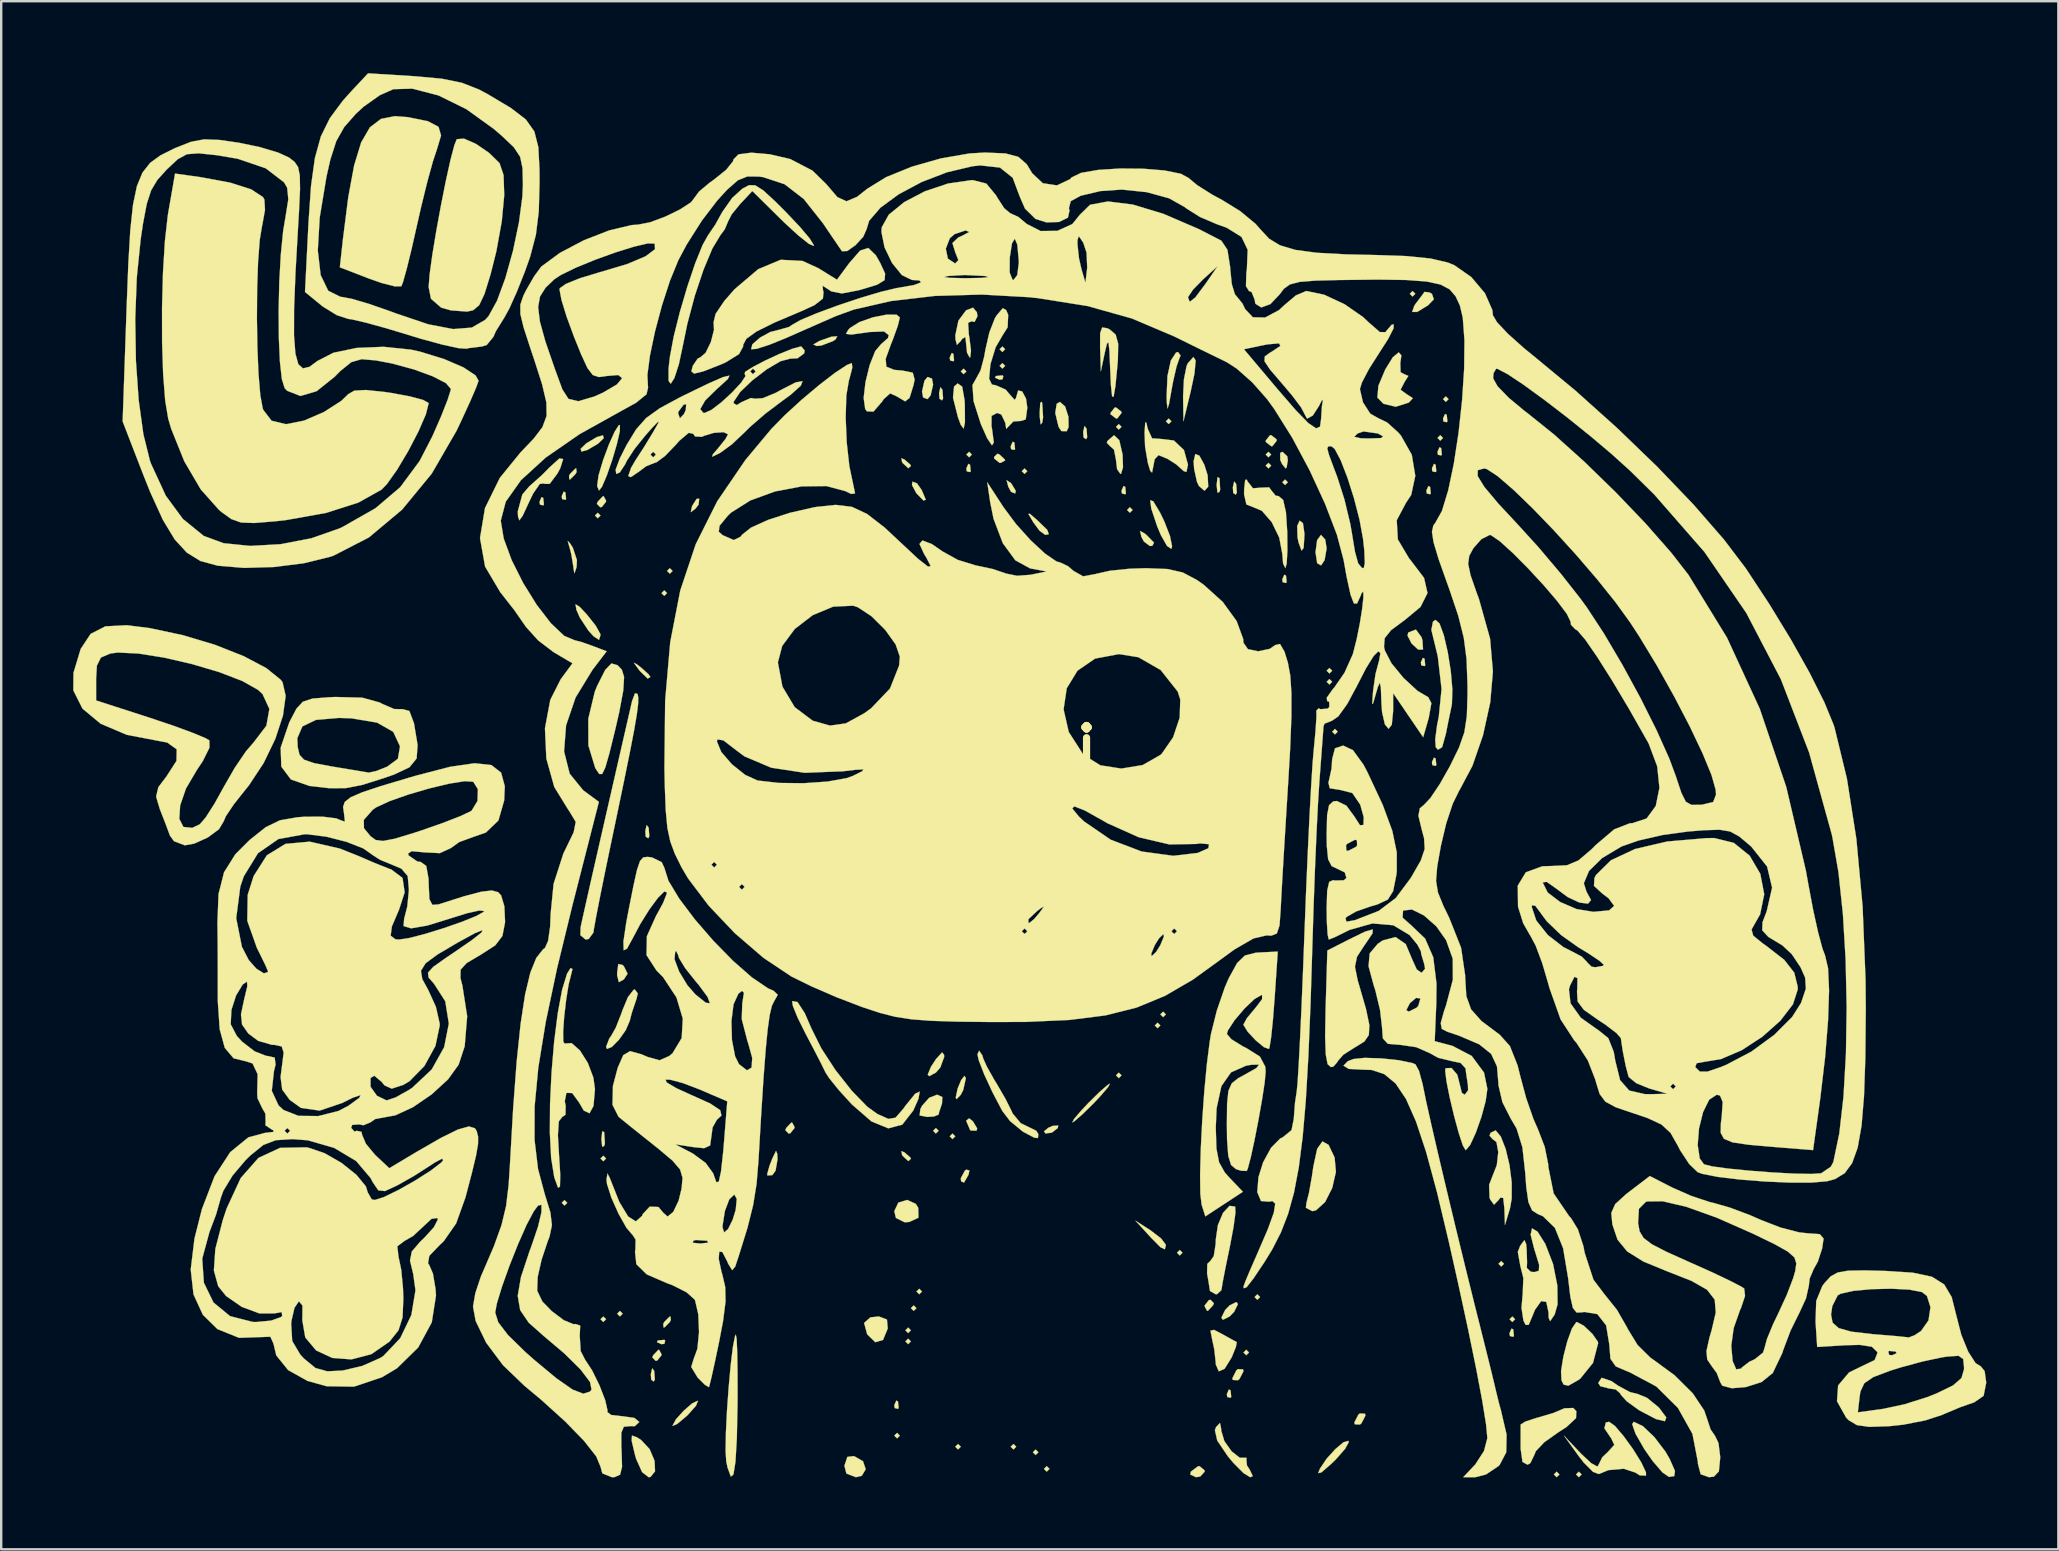
<source format=kicad_pcb>
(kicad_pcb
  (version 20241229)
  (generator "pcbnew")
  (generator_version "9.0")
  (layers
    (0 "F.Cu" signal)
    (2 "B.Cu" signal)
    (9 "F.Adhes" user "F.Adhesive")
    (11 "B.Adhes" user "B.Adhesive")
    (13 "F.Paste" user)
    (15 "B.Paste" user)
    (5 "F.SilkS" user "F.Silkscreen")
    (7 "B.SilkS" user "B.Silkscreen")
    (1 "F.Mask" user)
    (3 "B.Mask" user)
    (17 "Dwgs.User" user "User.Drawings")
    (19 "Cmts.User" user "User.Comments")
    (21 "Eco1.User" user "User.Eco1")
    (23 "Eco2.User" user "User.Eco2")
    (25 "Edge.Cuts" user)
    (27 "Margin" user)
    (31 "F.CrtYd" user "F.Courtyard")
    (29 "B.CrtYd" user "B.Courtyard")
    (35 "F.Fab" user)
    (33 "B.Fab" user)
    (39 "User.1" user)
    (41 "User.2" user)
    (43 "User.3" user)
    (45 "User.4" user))
  (footprint "Komi"
    (layer "F.Cu")
    (at 39.747 28.009)
    (property "Reference" "Komi" (at 0 0 0) (layer "F.SilkS") (effects (font (size 1.524 1.524) (thickness 0.3))))
    (attr through_hole)
    (fp_poly (pts (xy -19.165 19.05) (xy -19.281 19.165) (xy -19.396 19.05) (xy -19.281 18.935) (xy -19.165 19.05)) (stroke (width 0.01) (type solid)) (fill yes) (layer "F.SilkS"))
    (fp_poly (pts (xy -17.78 -9.583) (xy -17.895 -9.467) (xy -18.011 -9.583) (xy -17.895 -9.698) (xy -17.78 -9.583)) (stroke (width 0.01) (type solid)) (fill yes) (layer "F.SilkS"))
    (fp_poly (pts (xy -17.549 17.203) (xy -17.665 17.318) (xy -17.78 17.203) (xy -17.665 17.087) (xy -17.549 17.203)) (stroke (width 0.01) (type solid)) (fill yes) (layer "F.SilkS"))
    (fp_poly (pts (xy -17.549 23.899) (xy -17.665 24.015) (xy -17.78 23.899) (xy -17.665 23.784) (xy -17.549 23.899)) (stroke (width 0.01) (type solid)) (fill yes) (layer "F.SilkS"))
    (fp_poly (pts (xy -16.856 23.668) (xy -16.972 23.784) (xy -17.087 23.668) (xy -16.972 23.553) (xy -16.856 23.668)) (stroke (width 0.01) (type solid)) (fill yes) (layer "F.SilkS"))
    (fp_poly (pts (xy -15.009 -6.35) (xy -15.125 -6.235) (xy -15.24 -6.35) (xy -15.125 -6.465) (xy -15.009 -6.35)) (stroke (width 0.01) (type solid)) (fill yes) (layer "F.SilkS"))
    (fp_poly (pts (xy -14.778 -7.274) (xy -14.894 -7.158) (xy -15.009 -7.274) (xy -14.894 -7.389) (xy -14.778 -7.274)) (stroke (width 0.01) (type solid)) (fill yes) (layer "F.SilkS"))
    (fp_poly (pts (xy -5.311 28.748) (xy -5.426 28.864) (xy -5.542 28.748) (xy -5.426 28.633) (xy -5.311 28.748)) (stroke (width 0.01) (type solid)) (fill yes) (layer "F.SilkS"))
    (fp_poly (pts (xy -4.849 24.361) (xy -4.965 24.476) (xy -5.08 24.361) (xy -4.965 24.245) (xy -4.849 24.361)) (stroke (width 0.01) (type solid)) (fill yes) (layer "F.SilkS"))
    (fp_poly (pts (xy -4.849 24.823) (xy -4.965 24.938) (xy -5.08 24.823) (xy -4.965 24.707) (xy -4.849 24.823)) (stroke (width 0.01) (type solid)) (fill yes) (layer "F.SilkS"))
    (fp_poly (pts (xy -4.618 23.437) (xy -4.734 23.553) (xy -4.849 23.437) (xy -4.734 23.322) (xy -4.618 23.437)) (stroke (width 0.01) (type solid)) (fill yes) (layer "F.SilkS"))
    (fp_poly (pts (xy -4.387 22.745) (xy -4.503 22.86) (xy -4.618 22.745) (xy -4.503 22.629) (xy -4.387 22.745)) (stroke (width 0.01) (type solid)) (fill yes) (layer "F.SilkS"))
    (fp_poly (pts (xy -3.695 16.048) (xy -3.81 16.164) (xy -3.925 16.048) (xy -3.81 15.933) (xy -3.695 16.048)) (stroke (width 0.01) (type solid)) (fill yes) (layer "F.SilkS"))
    (fp_poly (pts (xy -3.002 16.279) (xy -3.117 16.395) (xy -3.233 16.279) (xy -3.117 16.164) (xy -3.002 16.279)) (stroke (width 0.01) (type solid)) (fill yes) (layer "F.SilkS"))
    (fp_poly (pts (xy -2.771 29.21) (xy -2.886 29.325) (xy -3.002 29.21) (xy -2.886 29.095) (xy -2.771 29.21)) (stroke (width 0.01) (type solid)) (fill yes) (layer "F.SilkS"))
    (fp_poly (pts (xy -2.54 -15.586) (xy -2.655 -15.471) (xy -2.771 -15.586) (xy -2.655 -15.702) (xy -2.54 -15.586)) (stroke (width 0.01) (type solid)) (fill yes) (layer "F.SilkS"))
    (fp_poly (pts (xy -2.309 -12.123) (xy -2.425 -12.007) (xy -2.54 -12.123) (xy -2.425 -12.238) (xy -2.309 -12.123)) (stroke (width 0.01) (type solid)) (fill yes) (layer "F.SilkS"))
    (fp_poly (pts (xy -0.924 -16.51) (xy -1.039 -16.395) (xy -1.155 -16.51) (xy -1.039 -16.625) (xy -0.924 -16.51)) (stroke (width 0.01) (type solid)) (fill yes) (layer "F.SilkS"))
    (fp_poly (pts (xy -0.924 -15.817) (xy -1.039 -15.702) (xy -1.155 -15.817) (xy -1.039 -15.933) (xy -0.924 -15.817)) (stroke (width 0.01) (type solid)) (fill yes) (layer "F.SilkS"))
    (fp_poly (pts (xy -0.462 29.21) (xy -0.577 29.325) (xy -0.693 29.21) (xy -0.577 29.095) (xy -0.462 29.21)) (stroke (width 0.01) (type solid)) (fill yes) (layer "F.SilkS"))
    (fp_poly (pts (xy 0 -11.43) (xy -0.115 -11.315) (xy -0.231 -11.43) (xy -0.115 -11.545) (xy 0 -11.43)) (stroke (width 0.01) (type solid)) (fill yes) (layer "F.SilkS"))
    (fp_poly (pts (xy 0.462 29.441) (xy 0.346 29.556) (xy 0.231 29.441) (xy 0.346 29.325) (xy 0.462 29.441)) (stroke (width 0.01) (type solid)) (fill yes) (layer "F.SilkS"))
    (fp_poly (pts (xy 0.924 30.134) (xy 0.808 30.249) (xy 0.693 30.134) (xy 0.808 30.018) (xy 0.924 30.134)) (stroke (width 0.01) (type solid)) (fill yes) (layer "F.SilkS"))
    (fp_poly (pts (xy 3.925 -13.277) (xy 3.81 -13.162) (xy 3.695 -13.277) (xy 3.81 -13.393) (xy 3.925 -13.277)) (stroke (width 0.01) (type solid)) (fill yes) (layer "F.SilkS"))
    (fp_poly (pts (xy 3.925 13.739) (xy 3.81 13.855) (xy 3.695 13.739) (xy 3.81 13.624) (xy 3.925 13.739)) (stroke (width 0.01) (type solid)) (fill yes) (layer "F.SilkS"))
    (fp_poly (pts (xy 4.387 -9.814) (xy 4.272 -9.698) (xy 4.156 -9.814) (xy 4.272 -9.929) (xy 4.387 -9.814)) (stroke (width 0.01) (type solid)) (fill yes) (layer "F.SilkS"))
    (fp_poly (pts (xy 5.542 11.661) (xy 5.426 11.776) (xy 5.311 11.661) (xy 5.426 11.545) (xy 5.542 11.661)) (stroke (width 0.01) (type solid)) (fill yes) (layer "F.SilkS"))
    (fp_poly (pts (xy 5.773 11.199) (xy 5.657 11.315) (xy 5.542 11.199) (xy 5.657 11.084) (xy 5.773 11.199)) (stroke (width 0.01) (type solid)) (fill yes) (layer "F.SilkS"))
    (fp_poly (pts (xy 6.004 -13.508) (xy 5.888 -13.393) (xy 5.773 -13.508) (xy 5.888 -13.624) (xy 6.004 -13.508)) (stroke (width 0.01) (type solid)) (fill yes) (layer "F.SilkS"))
    (fp_poly (pts (xy 6.465 21.128) (xy 6.35 21.244) (xy 6.235 21.128) (xy 6.35 21.013) (xy 6.465 21.128)) (stroke (width 0.01) (type solid)) (fill yes) (layer "F.SilkS"))
    (fp_poly (pts (xy 9.236 25.285) (xy 9.121 25.4) (xy 9.005 25.285) (xy 9.121 25.169) (xy 9.236 25.285)) (stroke (width 0.01) (type solid)) (fill yes) (layer "F.SilkS"))
    (fp_poly (pts (xy 9.698 22.975) (xy 9.583 23.091) (xy 9.467 22.975) (xy 9.583 22.86) (xy 9.698 22.975)) (stroke (width 0.01) (type solid)) (fill yes) (layer "F.SilkS"))
    (fp_poly (pts (xy 10.16 -12.123) (xy 10.045 -12.007) (xy 9.929 -12.123) (xy 10.045 -12.238) (xy 10.16 -12.123)) (stroke (width 0.01) (type solid)) (fill yes) (layer "F.SilkS"))
    (fp_poly (pts (xy 10.16 -11.661) (xy 10.045 -11.545) (xy 9.929 -11.661) (xy 10.045 -11.776) (xy 10.16 -11.661)) (stroke (width 0.01) (type solid)) (fill yes) (layer "F.SilkS"))
    (fp_poly (pts (xy 10.853 -10.968) (xy 10.737 -10.853) (xy 10.622 -10.968) (xy 10.737 -11.084) (xy 10.853 -10.968)) (stroke (width 0.01) (type solid)) (fill yes) (layer "F.SilkS"))
    (fp_poly (pts (xy 12.7 -3.117) (xy 12.585 -3.002) (xy 12.469 -3.117) (xy 12.585 -3.233) (xy 12.7 -3.117)) (stroke (width 0.01) (type solid)) (fill yes) (layer "F.SilkS"))
    (fp_poly (pts (xy 12.7 -2.655) (xy 12.585 -2.54) (xy 12.469 -2.655) (xy 12.585 -2.771) (xy 12.7 -2.655)) (stroke (width 0.01) (type solid)) (fill yes) (layer "F.SilkS"))
    (fp_poly (pts (xy 12.931 -0.577) (xy 12.815 -0.462) (xy 12.7 -0.577) (xy 12.815 -0.693) (xy 12.931 -0.577)) (stroke (width 0.01) (type solid)) (fill yes) (layer "F.SilkS"))
    (fp_poly (pts (xy 16.164 -18.819) (xy 16.048 -18.704) (xy 15.933 -18.819) (xy 16.048 -18.935) (xy 16.164 -18.819)) (stroke (width 0.01) (type solid)) (fill yes) (layer "F.SilkS"))
    (fp_poly (pts (xy 17.318 -12.815) (xy 17.203 -12.7) (xy 17.087 -12.815) (xy 17.203 -12.931) (xy 17.318 -12.815)) (stroke (width 0.01) (type solid)) (fill yes) (layer "F.SilkS"))
    (fp_poly (pts (xy 17.549 -14.432) (xy 17.434 -14.316) (xy 17.318 -14.432) (xy 17.434 -14.547) (xy 17.549 -14.432)) (stroke (width 0.01) (type solid)) (fill yes) (layer "F.SilkS"))
    (fp_poly (pts (xy 19.858 21.59) (xy 19.743 21.705) (xy 19.627 21.59) (xy 19.743 21.475) (xy 19.858 21.59)) (stroke (width 0.01) (type solid)) (fill yes) (layer "F.SilkS"))
    (fp_poly (pts (xy 20.32 23.899) (xy 20.205 24.015) (xy 20.089 23.899) (xy 20.205 23.784) (xy 20.32 23.899)) (stroke (width 0.01) (type solid)) (fill yes) (layer "F.SilkS"))
    (fp_poly (pts (xy 22.167 30.365) (xy 22.052 30.48) (xy 21.936 30.365) (xy 22.052 30.249) (xy 22.167 30.365)) (stroke (width 0.01) (type solid)) (fill yes) (layer "F.SilkS"))
    (fp_poly (pts (xy 23.091 30.365) (xy 22.975 30.48) (xy 22.86 30.365) (xy 22.975 30.249) (xy 23.091 30.365)) (stroke (width 0.01) (type solid)) (fill yes) (layer "F.SilkS"))
    (fp_poly (pts (xy -20.166 -10.314) (xy -20.138 -10.04) (xy -20.166 -10.006) (xy -20.303 -10.038) (xy -20.32 -10.16) (xy -20.236 -10.35) (xy -20.166 -10.314)) (stroke (width 0.01) (type solid)) (fill yes) (layer "F.SilkS"))
    (fp_poly (pts (xy -19.242 -10.545) (xy -19.215 -10.271) (xy -19.242 -10.237) (xy -19.38 -10.269) (xy -19.396 -10.391) (xy -19.312 -10.581) (xy -19.242 -10.545)) (stroke (width 0.01) (type solid)) (fill yes) (layer "F.SilkS"))
    (fp_poly (pts (xy -17.627 16.106) (xy -17.597 16.579) (xy -17.627 16.683) (xy -17.711 16.712) (xy -17.744 16.395) (xy -17.707 16.067) (xy -17.627 16.106)) (stroke (width 0.01) (type solid)) (fill yes) (layer "F.SilkS"))
    (fp_poly (pts (xy -15.775 3.42) (xy -15.747 3.781) (xy -15.793 3.863) (xy -15.898 3.794) (xy -15.914 3.56) (xy -15.858 3.313) (xy -15.775 3.42)) (stroke (width 0.01) (type solid)) (fill yes) (layer "F.SilkS"))
    (fp_poly (pts (xy -15.544 26.049) (xy -15.517 26.41) (xy -15.562 26.492) (xy -15.667 26.423) (xy -15.684 26.189) (xy -15.627 25.943) (xy -15.544 26.049)) (stroke (width 0.01) (type solid)) (fill yes) (layer "F.SilkS"))
    (fp_poly (pts (xy -15.086 24.784) (xy -15.118 24.922) (xy -15.24 24.938) (xy -15.43 24.854) (xy -15.394 24.784) (xy -15.12 24.757) (xy -15.086 24.784)) (stroke (width 0.01) (type solid)) (fill yes) (layer "F.SilkS"))
    (fp_poly (pts (xy -5.388 27.324) (xy -5.36 27.598) (xy -5.388 27.632) (xy -5.525 27.6) (xy -5.542 27.478) (xy -5.457 27.288) (xy -5.388 27.324)) (stroke (width 0.01) (type solid)) (fill yes) (layer "F.SilkS"))
    (fp_poly (pts (xy -3.537 -14.821) (xy -3.509 -14.461) (xy -3.555 -14.379) (xy -3.66 -14.448) (xy -3.676 -14.682) (xy -3.62 -14.928) (xy -3.537 -14.821)) (stroke (width 0.01) (type solid)) (fill yes) (layer "F.SilkS"))
    (fp_poly (pts (xy -3.079 -16.318) (xy -3.051 -16.044) (xy -3.079 -16.01) (xy -3.216 -16.041) (xy -3.233 -16.164) (xy -3.148 -16.354) (xy -3.079 -16.318)) (stroke (width 0.01) (type solid)) (fill yes) (layer "F.SilkS"))
    (fp_poly (pts (xy -2.386 -11.699) (xy -2.358 -11.425) (xy -2.386 -11.392) (xy -2.523 -11.423) (xy -2.54 -11.545) (xy -2.456 -11.736) (xy -2.386 -11.699)) (stroke (width 0.01) (type solid)) (fill yes) (layer "F.SilkS"))
    (fp_poly (pts (xy -1.001 -15.394) (xy -1.032 -15.257) (xy -1.155 -15.24) (xy -1.345 -15.324) (xy -1.308 -15.394) (xy -1.034 -15.422) (xy -1.001 -15.394)) (stroke (width 0.01) (type solid)) (fill yes) (layer "F.SilkS"))
    (fp_poly (pts (xy -0.539 -12.623) (xy -0.511 -12.349) (xy -0.539 -12.315) (xy -0.676 -12.347) (xy -0.693 -12.469) (xy -0.608 -12.659) (xy -0.539 -12.623)) (stroke (width 0.01) (type solid)) (fill yes) (layer "F.SilkS"))
    (fp_poly (pts (xy 2.467 -13.205) (xy 2.494 -12.844) (xy 2.449 -12.763) (xy 2.344 -12.831) (xy 2.327 -13.066) (xy 2.384 -13.312) (xy 2.467 -13.205)) (stroke (width 0.01) (type solid)) (fill yes) (layer "F.SilkS"))
    (fp_poly (pts (xy 4.079 -10.776) (xy 4.107 -10.502) (xy 4.079 -10.468) (xy 3.942 -10.5) (xy 3.925 -10.622) (xy 4.01 -10.812) (xy 4.079 -10.776)) (stroke (width 0.01) (type solid)) (fill yes) (layer "F.SilkS"))
    (fp_poly (pts (xy 8.004 -11.141) (xy 8.034 -10.669) (xy 8.004 -10.564) (xy 7.92 -10.535) (xy 7.887 -10.853) (xy 7.924 -11.181) (xy 8.004 -11.141)) (stroke (width 0.01) (type solid)) (fill yes) (layer "F.SilkS"))
    (fp_poly (pts (xy 8.467 26.862) (xy 8.494 27.136) (xy 8.467 27.17) (xy 8.329 27.139) (xy 8.313 27.016) (xy 8.397 26.826) (xy 8.467 26.862)) (stroke (width 0.01) (type solid)) (fill yes) (layer "F.SilkS"))
    (fp_poly (pts (xy 8.701 -10.896) (xy 8.729 -10.535) (xy 8.683 -10.453) (xy 8.578 -10.522) (xy 8.562 -10.757) (xy 8.618 -11.003) (xy 8.701 -10.896)) (stroke (width 0.01) (type solid)) (fill yes) (layer "F.SilkS"))
    (fp_poly (pts (xy 10.776 -7.081) (xy 10.803 -6.807) (xy 10.776 -6.773) (xy 10.638 -6.805) (xy 10.622 -6.927) (xy 10.706 -7.117) (xy 10.776 -7.081)) (stroke (width 0.01) (type solid)) (fill yes) (layer "F.SilkS"))
    (fp_poly (pts (xy 16.548 -3.618) (xy 16.576 -3.344) (xy 16.548 -3.31) (xy 16.411 -3.341) (xy 16.395 -3.464) (xy 16.479 -3.654) (xy 16.548 -3.618)) (stroke (width 0.01) (type solid)) (fill yes) (layer "F.SilkS"))
    (fp_poly (pts (xy 16.779 -10.776) (xy 16.807 -10.502) (xy 16.779 -10.468) (xy 16.642 -10.5) (xy 16.625 -10.622) (xy 16.71 -10.812) (xy 16.779 -10.776)) (stroke (width 0.01) (type solid)) (fill yes) (layer "F.SilkS"))
    (fp_poly (pts (xy 17.01 -11.699) (xy 17.038 -11.425) (xy 17.01 -11.392) (xy 16.873 -11.423) (xy 16.856 -11.545) (xy 16.941 -11.736) (xy 17.01 -11.699)) (stroke (width 0.01) (type solid)) (fill yes) (layer "F.SilkS"))
    (fp_poly (pts (xy 17.01 0.539) (xy 17.038 0.813) (xy 17.01 0.847) (xy 16.873 0.815) (xy 16.856 0.693) (xy 16.941 0.503) (xy 17.01 0.539)) (stroke (width 0.01) (type solid)) (fill yes) (layer "F.SilkS"))
    (fp_poly (pts (xy 17.241 -12.392) (xy 17.269 -12.118) (xy 17.241 -12.084) (xy 17.104 -12.116) (xy 17.087 -12.238) (xy 17.172 -12.428) (xy 17.241 -12.392)) (stroke (width 0.01) (type solid)) (fill yes) (layer "F.SilkS"))
    (fp_poly (pts (xy 17.472 -13.778) (xy 17.5 -13.504) (xy 17.472 -13.47) (xy 17.335 -13.501) (xy 17.318 -13.624) (xy 17.403 -13.814) (xy 17.472 -13.778)) (stroke (width 0.01) (type solid)) (fill yes) (layer "F.SilkS"))
    (fp_poly (pts (xy 20.243 24.322) (xy 20.271 24.596) (xy 20.243 24.63) (xy 20.106 24.599) (xy 20.089 24.476) (xy 20.174 24.286) (xy 20.243 24.322)) (stroke (width 0.01) (type solid)) (fill yes) (layer "F.SilkS"))
    (fp_poly (pts (xy -13.694 -10.037) (xy -13.826 -9.868) (xy -14.02 -9.722) (xy -13.972 -9.953) (xy -13.955 -9.997) (xy -13.772 -10.28) (xy -13.668 -10.282) (xy -13.694 -10.037)) (stroke (width 0.01) (type solid)) (fill yes) (layer "F.SilkS"))
    (fp_poly (pts (xy -5.116 -11.914) (xy -4.87 -11.699) (xy -4.849 -11.647) (xy -4.959 -11.552) (xy -5.187 -11.765) (xy -5.218 -11.812) (xy -5.245 -11.97) (xy -5.116 -11.914)) (stroke (width 0.01) (type solid)) (fill yes) (layer "F.SilkS"))
    (fp_poly (pts (xy -5.116 16.95) (xy -4.87 17.164) (xy -4.849 17.216) (xy -4.959 17.311) (xy -5.187 17.099) (xy -5.218 17.052) (xy -5.245 16.894) (xy -5.116 16.95)) (stroke (width 0.01) (type solid)) (fill yes) (layer "F.SilkS"))
    (fp_poly (pts (xy -4.595 -10.922) (xy -4.398 -10.642) (xy -4.228 -10.239) (xy -4.326 -10.207) (xy -4.623 -10.512) (xy -4.806 -10.855) (xy -4.785 -10.994) (xy -4.595 -10.922)) (stroke (width 0.01) (type solid)) (fill yes) (layer "F.SilkS"))
    (fp_poly (pts (xy -2.411 17.703) (xy -2.452 17.883) (xy -2.638 18.208) (xy -2.759 18.154) (xy -2.771 18.025) (xy -2.603 17.711) (xy -2.543 17.666) (xy -2.411 17.703)) (stroke (width 0.01) (type solid)) (fill yes) (layer "F.SilkS"))
    (fp_poly (pts (xy -0.694 -10.944) (xy -0.664 -10.914) (xy -0.482 -10.612) (xy -0.506 -10.5) (xy -0.678 -10.57) (xy -0.793 -10.785) (xy -0.864 -11.055) (xy -0.694 -10.944)) (stroke (width 0.01) (type solid)) (fill yes) (layer "F.SilkS"))
    (fp_poly (pts (xy 1.268 15.935) (xy 1.021 16.127) (xy 0.757 16.159) (xy 0.693 16.073) (xy 0.874 15.925) (xy 1.051 15.845) (xy 1.289 15.828) (xy 1.268 15.935)) (stroke (width 0.01) (type solid)) (fill yes) (layer "F.SilkS"))
    (fp_poly (pts (xy -18.776 -11.396) (xy -18.819 -11.315) (xy -19.037 -11.094) (xy -19.077 -11.084) (xy -19.093 -11.233) (xy -19.05 -11.315) (xy -18.832 -11.535) (xy -18.792 -11.545) (xy -18.776 -11.396)) (stroke (width 0.01) (type solid)) (fill yes) (layer "F.SilkS"))
    (fp_poly (pts (xy -17.645 -12.807) (xy -17.882 -12.577) (xy -18.324 -12.315) (xy -18.575 -12.246) (xy -18.608 -12.362) (xy -18.371 -12.592) (xy -17.928 -12.854) (xy -17.678 -12.924) (xy -17.645 -12.807)) (stroke (width 0.01) (type solid)) (fill yes) (layer "F.SilkS"))
    (fp_poly (pts (xy -17.552 -10.212) (xy -17.549 -10.16) (xy -17.727 -9.938) (xy -17.794 -9.929) (xy -17.932 -10.071) (xy -17.895 -10.16) (xy -17.688 -10.38) (xy -17.651 -10.391) (xy -17.552 -10.212)) (stroke (width 0.01) (type solid)) (fill yes) (layer "F.SilkS"))
    (fp_poly (pts (xy -16.867 9.137) (xy -16.81 9.19) (xy -16.652 9.504) (xy -16.81 9.744) (xy -17.017 9.858) (xy -17.086 9.578) (xy -17.087 9.467) (xy -17.041 9.1) (xy -16.867 9.137)) (stroke (width 0.01) (type solid)) (fill yes) (layer "F.SilkS"))
    (fp_poly (pts (xy -16.273 -3.391) (xy -16.106 -3.262) (xy -15.786 -2.977) (xy -15.702 -2.858) (xy -15.814 -2.789) (xy -16.121 -3.086) (xy -16.193 -3.175) (xy -16.393 -3.449) (xy -16.273 -3.391)) (stroke (width 0.01) (type solid)) (fill yes) (layer "F.SilkS"))
    (fp_poly (pts (xy -15.243 25.348) (xy -15.24 25.4) (xy -15.418 25.622) (xy -15.485 25.631) (xy -15.622 25.489) (xy -15.586 25.4) (xy -15.379 25.18) (xy -15.342 25.169) (xy -15.243 25.348)) (stroke (width 0.01) (type solid)) (fill yes) (layer "F.SilkS"))
    (fp_poly (pts (xy -14.851 23.933) (xy -14.894 24.015) (xy -15.111 24.235) (xy -15.152 24.245) (xy -15.168 24.096) (xy -15.125 24.015) (xy -14.907 23.794) (xy -14.866 23.784) (xy -14.851 23.933)) (stroke (width 0.01) (type solid)) (fill yes) (layer "F.SilkS"))
    (fp_poly (pts (xy -9.701 15.88) (xy -9.698 15.933) (xy -9.876 16.155) (xy -9.943 16.164) (xy -10.081 16.022) (xy -10.045 15.933) (xy -9.837 15.712) (xy -9.8 15.702) (xy -9.701 15.88)) (stroke (width 0.01) (type solid)) (fill yes) (layer "F.SilkS"))
    (fp_poly (pts (xy -7.988 -16.922) (xy -8.082 -16.856) (xy -8.575 -16.665) (xy -8.775 -16.645) (xy -8.913 -16.711) (xy -8.659 -16.856) (xy -8.17 -17.03) (xy -7.917 -17.051) (xy -7.988 -16.922)) (stroke (width 0.01) (type solid)) (fill yes) (layer "F.SilkS"))
    (fp_poly (pts (xy -6.845 29.814) (xy -6.732 30.147) (xy -6.894 30.42) (xy -7.141 30.48) (xy -7.536 30.328) (xy -7.62 30.001) (xy -7.496 29.633) (xy -7.219 29.6) (xy -6.845 29.814)) (stroke (width 0.01) (type solid)) (fill yes) (layer "F.SilkS"))
    (fp_poly (pts (xy -3.973 -15.287) (xy -3.925 -15.036) (xy -4.028 -14.589) (xy -4.156 -14.432) (xy -4.34 -14.501) (xy -4.387 -14.751) (xy -4.284 -15.199) (xy -4.156 -15.355) (xy -3.973 -15.287)) (stroke (width 0.01) (type solid)) (fill yes) (layer "F.SilkS"))
    (fp_poly (pts (xy -2.56 13.855) (xy -2.669 14.347) (xy -2.771 14.547) (xy -2.948 14.732) (xy -2.982 14.663) (xy -2.904 14.29) (xy -2.758 13.941) (xy -2.618 13.76) (xy -2.56 13.855)) (stroke (width 0.01) (type solid)) (fill yes) (layer "F.SilkS"))
    (fp_poly (pts (xy -2.267 15.652) (xy -2.09 15.946) (xy -2.113 16.044) (xy -2.354 16.037) (xy -2.386 16.01) (xy -2.538 15.654) (xy -2.54 15.617) (xy -2.423 15.531) (xy -2.267 15.652)) (stroke (width 0.01) (type solid)) (fill yes) (layer "F.SilkS"))
    (fp_poly (pts (xy -1.155 -12.123) (xy -0.934 -11.915) (xy -0.924 -11.878) (xy -1.102 -11.779) (xy -1.155 -11.776) (xy -1.377 -11.954) (xy -1.385 -12.021) (xy -1.244 -12.159) (xy -1.155 -12.123)) (stroke (width 0.01) (type solid)) (fill yes) (layer "F.SilkS"))
    (fp_poly (pts (xy 0.429 -9.374) (xy 0.831 -8.984) (xy 0.895 -8.806) (xy 0.748 -8.775) (xy 0.51 -8.949) (xy 0.254 -9.294) (xy 0.046 -9.647) (xy 0.104 -9.656) (xy 0.429 -9.374)) (stroke (width 0.01) (type solid)) (fill yes) (layer "F.SilkS"))
    (fp_poly (pts (xy 0.621 -14.259) (xy 0.657 -13.673) (xy 0.621 -13.45) (xy 0.554 -13.379) (xy 0.518 -13.698) (xy 0.515 -13.855) (xy 0.539 -14.275) (xy 0.599 -14.324) (xy 0.621 -14.259)) (stroke (width 0.01) (type solid)) (fill yes) (layer "F.SilkS"))
    (fp_poly (pts (xy 3.919 -13.91) (xy 3.925 -13.855) (xy 3.75 -13.63) (xy 3.695 -13.624) (xy 3.47 -13.799) (xy 3.464 -13.855) (xy 3.639 -14.079) (xy 3.695 -14.085) (xy 3.919 -13.91)) (stroke (width 0.01) (type solid)) (fill yes) (layer "F.SilkS"))
    (fp_poly (pts (xy 4.891 -8.835) (xy 4.959 -8.779) (xy 5.28 -8.453) (xy 5.206 -8.32) (xy 5.105 -8.313) (xy 4.857 -8.498) (xy 4.753 -8.692) (xy 4.694 -8.941) (xy 4.891 -8.835)) (stroke (width 0.01) (type solid)) (fill yes) (layer "F.SilkS"))
    (fp_poly (pts (xy 7.383 30.194) (xy 7.389 30.249) (xy 7.201 30.452) (xy 7.029 30.48) (xy 6.79 30.368) (xy 6.812 30.249) (xy 7.107 30.027) (xy 7.172 30.018) (xy 7.383 30.194)) (stroke (width 0.01) (type solid)) (fill yes) (layer "F.SilkS"))
    (fp_poly (pts (xy 7.772 23.232) (xy 7.735 23.322) (xy 7.528 23.542) (xy 7.491 23.553) (xy 7.392 23.374) (xy 7.389 23.322) (xy 7.567 23.1) (xy 7.634 23.091) (xy 7.772 23.232)) (stroke (width 0.01) (type solid)) (fill yes) (layer "F.SilkS"))
    (fp_poly (pts (xy 8.775 23.265) (xy 8.615 23.591) (xy 8.428 23.784) (xy 8.15 23.922) (xy 8.082 23.84) (xy 8.241 23.514) (xy 8.428 23.322) (xy 8.707 23.183) (xy 8.775 23.265)) (stroke (width 0.01) (type solid)) (fill yes) (layer "F.SilkS"))
    (fp_poly (pts (xy 8.988 25.988) (xy 9.005 26.065) (xy 8.837 26.392) (xy 8.775 26.439) (xy 8.561 26.429) (xy 8.544 26.351) (xy 8.712 26.024) (xy 8.775 25.977) (xy 8.988 25.988)) (stroke (width 0.01) (type solid)) (fill yes) (layer "F.SilkS"))
    (fp_poly (pts (xy 10.384 -12.755) (xy 10.391 -12.7) (xy 10.215 -12.476) (xy 10.16 -12.469) (xy 9.936 -12.645) (xy 9.929 -12.7) (xy 10.105 -12.924) (xy 10.16 -12.931) (xy 10.384 -12.755)) (stroke (width 0.01) (type solid)) (fill yes) (layer "F.SilkS"))
    (fp_poly (pts (xy 10.828 -12.051) (xy 10.853 -11.892) (xy 10.803 -11.584) (xy 10.762 -11.545) (xy 10.613 -11.726) (xy 10.538 -11.892) (xy 10.534 -12.189) (xy 10.629 -12.238) (xy 10.828 -12.051)) (stroke (width 0.01) (type solid)) (fill yes) (layer "F.SilkS"))
    (fp_poly (pts (xy 14.068 27.835) (xy 14.085 27.913) (xy 13.917 28.239) (xy 13.855 28.286) (xy 13.641 28.276) (xy 13.624 28.198) (xy 13.792 27.872) (xy 13.855 27.825) (xy 14.068 27.835)) (stroke (width 0.01) (type solid)) (fill yes) (layer "F.SilkS"))
    (fp_poly (pts (xy 16.424 -4.511) (xy 16.461 -4.387) (xy 16.486 -3.999) (xy 16.282 -3.998) (xy 16.004 -4.256) (xy 15.838 -4.584) (xy 15.87 -4.709) (xy 16.188 -4.833) (xy 16.424 -4.511)) (stroke (width 0.01) (type solid)) (fill yes) (layer "F.SilkS"))
    (fp_poly (pts (xy -10.417 17.008) (xy -10.407 17.247) (xy -10.488 17.712) (xy -10.622 17.895) (xy -10.825 17.911) (xy -10.836 17.851) (xy -10.74 17.505) (xy -10.622 17.203) (xy -10.469 16.886) (xy -10.417 17.008)) (stroke (width 0.01) (type solid)) (fill yes) (layer "F.SilkS"))
    (fp_poly (pts (xy -5.847 23.912) (xy -5.814 24.285) (xy -6.012 24.763) (xy -6.334 24.856) (xy -6.666 24.533) (xy -6.673 24.521) (xy -6.8 24.053) (xy -6.536 23.82) (xy -6.18 23.784) (xy -5.847 23.912)) (stroke (width 0.01) (type solid)) (fill yes) (layer "F.SilkS"))
    (fp_poly (pts (xy -4.645 19.093) (xy -4.543 19.258) (xy -4.535 19.669) (xy -4.923 19.848) (xy -5.118 19.858) (xy -5.475 19.678) (xy -5.542 19.396) (xy -5.373 19.04) (xy -5.004 18.929) (xy -4.645 19.093)) (stroke (width 0.01) (type solid)) (fill yes) (layer "F.SilkS"))
    (fp_poly (pts (xy -3.467 12.883) (xy -3.464 12.974) (xy -3.628 13.419) (xy -3.81 13.624) (xy -4.085 13.773) (xy -4.149 13.71) (xy -4.016 13.385) (xy -3.803 13.06) (xy -3.551 12.782) (xy -3.467 12.883)) (stroke (width 0.01) (type solid)) (fill yes) (layer "F.SilkS"))
    (fp_poly (pts (xy 1.576 -14.124) (xy 1.713 -13.696) (xy 1.719 -13.261) (xy 1.639 -13.093) (xy 1.415 -13.102) (xy 1.301 -13.281) (xy 1.164 -13.852) (xy 1.223 -14.236) (xy 1.359 -14.316) (xy 1.576 -14.124)) (stroke (width 0.01) (type solid)) (fill yes) (layer "F.SilkS"))
    (fp_poly (pts (xy 5.138 20.198) (xy 5.575 20.534) (xy 5.772 20.797) (xy 5.773 20.808) (xy 5.729 20.986) (xy 5.551 20.902) (xy 5.164 20.512) (xy 5.063 20.402) (xy 4.503 19.792) (xy 5.138 20.198)) (stroke (width 0.01) (type solid)) (fill yes) (layer "F.SilkS"))
    (fp_poly (pts (xy 7.014 -16.038) (xy 6.964 -15.499) (xy 6.812 -14.778) (xy 6.505 -13.508) (xy 6.489 -14.547) (xy 6.524 -15.259) (xy 6.634 -15.807) (xy 6.687 -15.926) (xy 6.921 -16.189) (xy 7.014 -16.038)) (stroke (width 0.01) (type solid)) (fill yes) (layer "F.SilkS"))
    (fp_poly (pts (xy 11.483 -9.262) (xy 11.545 -8.829) (xy 11.545 -8.788) (xy 11.512 -8.233) (xy 11.423 -8.119) (xy 11.301 -8.456) (xy 11.257 -8.665) (xy 11.242 -9.146) (xy 11.346 -9.371) (xy 11.483 -9.262)) (stroke (width 0.01) (type solid)) (fill yes) (layer "F.SilkS"))
    (fp_poly (pts (xy -19.049 -8.422) (xy -18.936 -8.248) (xy -18.763 -7.728) (xy -18.777 -7.44) (xy -18.864 -7.172) (xy -18.902 -7.35) (xy -18.908 -7.428) (xy -19.001 -7.989) (xy -19.067 -8.236) (xy -19.148 -8.528) (xy -19.049 -8.422)) (stroke (width 0.01) (type solid)) (fill yes) (layer "F.SilkS"))
    (fp_poly (pts (xy -2.713 -14.952) (xy -2.613 -14.384) (xy -2.603 -14.175) (xy -2.598 -13.466) (xy -2.652 -13.201) (xy -2.773 -13.362) (xy -2.89 -13.681) (xy -3.096 -14.494) (xy -3.051 -14.958) (xy -2.902 -15.086) (xy -2.713 -14.952)) (stroke (width 0.01) (type solid)) (fill yes) (layer "F.SilkS"))
    (fp_poly (pts (xy 7.167 -12.078) (xy 7.373 -11.702) (xy 7.513 -11.257) (xy 7.537 -10.782) (xy 7.38 -10.613) (xy 7.148 -10.814) (xy 7.067 -10.987) (xy 6.949 -11.526) (xy 6.927 -11.841) (xy 6.998 -12.145) (xy 7.167 -12.078)) (stroke (width 0.01) (type solid)) (fill yes) (layer "F.SilkS"))
    (fp_poly (pts (xy 12.413 -8.577) (xy 12.469 -8.211) (xy 12.384 -7.722) (xy 12.238 -7.505) (xy 12.075 -7.595) (xy 12.007 -8.044) (xy 12.007 -8.068) (xy 12.073 -8.56) (xy 12.232 -8.774) (xy 12.238 -8.775) (xy 12.413 -8.577)) (stroke (width 0.01) (type solid)) (fill yes) (layer "F.SilkS"))
    (fp_poly (pts (xy 16.749 -18.877) (xy 16.855 -18.82) (xy 16.936 -18.59) (xy 16.697 -18.342) (xy 16.243 -18.065) (xy 16.031 -18.064) (xy 16.124 -18.331) (xy 16.185 -18.415) (xy 16.453 -18.77) (xy 16.545 -18.9) (xy 16.749 -18.877)) (stroke (width 0.01) (type solid)) (fill yes) (layer "F.SilkS"))
    (fp_poly (pts (xy -18.648 -5.779) (xy -18.358 -5.471) (xy -17.98 -4.994) (xy -17.787 -4.646) (xy -17.78 -4.605) (xy -17.842 -4.404) (xy -18.069 -4.552) (xy -18.286 -4.791) (xy -18.642 -5.332) (xy -18.785 -5.657) (xy -18.822 -5.886) (xy -18.648 -5.779)) (stroke (width 0.01) (type solid)) (fill yes) (layer "F.SilkS"))
    (fp_poly (pts (xy -13.721 27.304) (xy -13.805 27.506) (xy -14.136 27.878) (xy -14.202 27.941) (xy -14.582 28.259) (xy -14.773 28.343) (xy -14.778 28.327) (xy -14.638 28.068) (xy -14.318 27.714) (xy -13.967 27.408) (xy -13.735 27.296) (xy -13.721 27.304)) (stroke (width 0.01) (type solid)) (fill yes) (layer "F.SilkS"))
    (fp_poly (pts (xy -3.541 14.64) (xy -3.554 14.913) (xy -3.677 15.281) (xy -3.695 15.374) (xy -3.889 15.452) (xy -4.164 15.471) (xy -4.488 15.41) (xy -4.455 15.142) (xy -4.387 15.009) (xy -4.09 14.674) (xy -3.759 14.545) (xy -3.541 14.64)) (stroke (width 0.01) (type solid)) (fill yes) (layer "F.SilkS"))
    (fp_poly (pts (xy 5.246 -10.176) (xy 5.528 -9.708) (xy 5.704 -9.345) (xy 5.944 -8.728) (xy 6.031 -8.3) (xy 5.997 -8.193) (xy 5.817 -8.319) (xy 5.563 -8.769) (xy 5.413 -9.125) (xy 5.165 -9.866) (xy 5.118 -10.222) (xy 5.246 -10.176)) (stroke (width 0.01) (type solid)) (fill yes) (layer "F.SilkS"))
    (fp_poly (pts (xy 13.393 29.016) (xy 13.238 29.299) (xy 12.849 29.743) (xy 12.67 29.917) (xy 12.25 30.282) (xy 12.117 30.311) (xy 12.187 30.131) (xy 12.47 29.708) (xy 12.837 29.304) (xy 13.175 29.022) (xy 13.376 28.964) (xy 13.393 29.016)) (stroke (width 0.01) (type solid)) (fill yes) (layer "F.SilkS"))
    (fp_poly (pts (xy -16.272 28.813) (xy -16.085 28.933) (xy -15.732 29.313) (xy -15.529 29.797) (xy -15.508 30.234) (xy -15.698 30.47) (xy -15.774 30.48) (xy -16.048 30.269) (xy -16.298 29.713) (xy -16.346 29.542) (xy -16.483 28.96) (xy -16.47 28.745) (xy -16.272 28.813)) (stroke (width 0.01) (type solid)) (fill yes) (layer "F.SilkS"))
    (fp_poly (pts (xy 3.363 14.232) (xy 3.041 14.607) (xy 2.771 14.894) (xy 2.294 15.363) (xy 1.957 15.655) (xy 1.872 15.702) (xy 1.948 15.555) (xy 2.27 15.18) (xy 2.54 14.894) (xy 3.017 14.424) (xy 3.354 14.133) (xy 3.439 14.085) (xy 3.363 14.232)) (stroke (width 0.01) (type solid)) (fill yes) (layer "F.SilkS"))
    (fp_poly (pts (xy 3.831 -12.721) (xy 3.969 -12.123) (xy 3.986 -11.591) (xy 3.904 -11.322) (xy 3.879 -11.315) (xy 3.74 -11.512) (xy 3.695 -11.892) (xy 3.611 -12.326) (xy 3.45 -12.469) (xy 3.312 -12.611) (xy 3.348 -12.7) (xy 3.614 -12.928) (xy 3.831 -12.721)) (stroke (width 0.01) (type solid)) (fill yes) (layer "F.SilkS"))
    (fp_poly (pts (xy -16.975 -13.094) (xy -17.098 -12.558) (xy -17.294 -11.895) (xy -17.517 -11.253) (xy -17.719 -10.78) (xy -17.842 -10.622) (xy -17.921 -10.813) (xy -17.862 -11.257) (xy -17.672 -11.893) (xy -17.431 -12.541) (xy -17.194 -13.07) (xy -17.017 -13.347) (xy -16.973 -13.355) (xy -16.975 -13.094)) (stroke (width 0.01) (type solid)) (fill yes) (layer "F.SilkS"))
    (fp_poly (pts (xy 6.385 -16.25) (xy 6.343 -16.152) (xy 6.217 -15.792) (xy 6.072 -15.161) (xy 6.01 -14.824) (xy 5.901 -14.217) (xy 5.842 -14.039) (xy 5.813 -14.265) (xy 5.803 -14.547) (xy 5.838 -15.395) (xy 5.979 -16.04) (xy 6.196 -16.373) (xy 6.275 -16.395) (xy 6.385 -16.25)) (stroke (width 0.01) (type solid)) (fill yes) (layer "F.SilkS"))
    (fp_poly (pts (xy 8.107 24.512) (xy 8.534 24.749) (xy 8.725 24.851) (xy 8.69 25.053) (xy 8.515 25.486) (xy 8.22 25.962) (xy 7.976 26.069) (xy 7.852 25.785) (xy 7.848 25.689) (xy 7.786 25.14) (xy 7.7 24.743) (xy 7.629 24.373) (xy 7.781 24.342) (xy 8.107 24.512)) (stroke (width 0.01) (type solid)) (fill yes) (layer "F.SilkS"))
    (fp_poly (pts (xy 25.642 28.352) (xy 26.123 28.809) (xy 26.584 29.415) (xy 26.757 29.714) (xy 26.981 30.219) (xy 26.951 30.435) (xy 26.728 30.467) (xy 26.456 30.278) (xy 26.05 29.805) (xy 25.706 29.312) (xy 25.338 28.671) (xy 25.198 28.27) (xy 25.262 28.171) (xy 25.642 28.352)) (stroke (width 0.01) (type solid)) (fill yes) (layer "F.SilkS"))
    (fp_poly (pts (xy 12.549 16.632) (xy 12.802 17.162) (xy 12.856 17.762) (xy 12.701 18.434) (xy 12.403 19.019) (xy 12.026 19.362) (xy 11.871 19.396) (xy 11.605 19.256) (xy 11.628 19.053) (xy 11.734 18.632) (xy 11.856 17.948) (xy 11.914 17.543) (xy 12.076 16.798) (xy 12.294 16.491) (xy 12.549 16.632)) (stroke (width 0.01) (type solid)) (fill yes) (layer "F.SilkS"))
    (fp_poly (pts (xy 23.184 24.17) (xy 23.54 24.508) (xy 23.767 24.833) (xy 23.78 24.897) (xy 23.566 25.717) (xy 23.038 26.372) (xy 22.947 26.436) (xy 22.538 26.668) (xy 22.341 26.622) (xy 22.253 26.446) (xy 22.235 26.058) (xy 22.33 25.462) (xy 22.495 24.817) (xy 22.689 24.283) (xy 22.868 24.021) (xy 22.894 24.015) (xy 23.184 24.17)) (stroke (width 0.01) (type solid)) (fill yes) (layer "F.SilkS"))
    (fp_poly (pts (xy -16.226 10.329) (xy -16.284 10.564) (xy -16.477 11.134) (xy -16.564 11.474) (xy -16.73 11.859) (xy -17.012 12.256) (xy -17.307 12.554) (xy -17.512 12.64) (xy -17.549 12.551) (xy -17.409 12.19) (xy -17.346 12.111) (xy -17.148 11.761) (xy -16.915 11.172) (xy -16.866 11.026) (xy -16.636 10.476) (xy -16.406 10.178) (xy -16.352 10.16) (xy -16.226 10.329)) (stroke (width 0.01) (type solid)) (fill yes) (layer "F.SilkS"))
    (fp_poly (pts (xy -19.337 -11.936) (xy -19.455 -11.556) (xy -19.576 -11.33) (xy -19.897 -10.903) (xy -20.119 -10.902) (xy -20.13 -10.919) (xy -20.311 -10.9) (xy -20.588 -10.496) (xy -20.753 -10.154) (xy -21.023 -9.572) (xy -21.163 -9.381) (xy -21.217 -9.541) (xy -21.227 -9.758) (xy -21.037 -10.46) (xy -20.749 -10.797) (xy -20.223 -11.265) (xy -19.889 -11.603) (xy -19.493 -11.961) (xy -19.337 -11.936)) (stroke (width 0.01) (type solid)) (fill yes) (layer "F.SilkS"))
    (fp_poly (pts (xy -17.068 -3.345) (xy -16.892 -3.16) (xy -16.798 -2.861) (xy -16.832 -2.294) (xy -17 -1.392) (xy -17.164 -0.678) (xy -17.408 0.313) (xy -17.58 0.914) (xy -17.711 1.184) (xy -17.832 1.185) (xy -17.976 0.975) (xy -18.002 0.928) (xy -18.285 -0.000314) (xy -18.289 -1.118) (xy -18.017 -2.249) (xy -17.918 -2.49) (xy -17.585 -3.151) (xy -17.325 -3.421) (xy -17.068 -3.345)) (stroke (width 0.01) (type solid)) (fill yes) (layer "F.SilkS"))
    (fp_poly (pts (xy 15.584 -16.255) (xy 15.538 -15.933) (xy 15.55 -15.552) (xy 15.703 -15.471) (xy 15.874 -15.4) (xy 15.704 -15.127) (xy 15.551 -14.823) (xy 15.802 -14.637) (xy 15.811 -14.633) (xy 16.062 -14.471) (xy 15.894 -14.288) (xy 15.347 -14.115) (xy 14.836 -14.238) (xy 14.583 -14.496) (xy 14.625 -14.988) (xy 14.911 -15.666) (xy 15.225 -16.175) (xy 15.472 -16.381) (xy 15.584 -16.255)) (stroke (width 0.01) (type solid)) (fill yes) (layer "F.SilkS"))
    (fp_poly (pts (xy -12.11 24.715) (xy -12.085 25.274) (xy -12.071 26.131) (xy -12.07 27.204) (xy -12.072 27.459) (xy -12.101 28.863) (xy -12.158 29.835) (xy -12.242 30.367) (xy -12.351 30.454) (xy -12.485 30.088) (xy -12.542 29.827) (xy -12.57 29.38) (xy -12.557 28.639) (xy -12.512 27.72) (xy -12.442 26.74) (xy -12.358 25.818) (xy -12.268 25.07) (xy -12.18 24.615) (xy -12.144 24.537) (xy -12.11 24.715)) (stroke (width 0.01) (type solid)) (fill yes) (layer "F.SilkS"))
    (fp_poly (pts (xy 3.339 -17.383) (xy 3.431 -17.336) (xy 3.682 -17.119) (xy 3.786 -16.74) (xy 3.773 -16.064) (xy 3.759 -15.885) (xy 3.671 -14.977) (xy 3.595 -14.531) (xy 3.532 -14.546) (xy 3.482 -15.023) (xy 3.451 -15.702) (xy 3.42 -16.46) (xy 3.379 -16.796) (xy 3.319 -16.748) (xy 3.233 -16.395) (xy 3.063 -15.586) (xy 3.032 -16.576) (xy 3.033 -17.181) (xy 3.119 -17.419) (xy 3.339 -17.383)) (stroke (width 0.01) (type solid)) (fill yes) (layer "F.SilkS"))
    (fp_poly (pts (xy 8.077 28.468) (xy 8.078 28.539) (xy 8.209 28.977) (xy 8.511 29.403) (xy 8.855 29.672) (xy 9.082 29.672) (xy 9.145 29.676) (xy 9.123 29.708) (xy 9.15 29.989) (xy 9.267 30.17) (xy 9.392 30.436) (xy 9.284 30.48) (xy 9.011 30.313) (xy 8.588 29.888) (xy 8.348 29.601) (xy 7.911 28.951) (xy 7.814 28.516) (xy 7.864 28.389) (xy 8.026 28.219) (xy 8.077 28.468)) (stroke (width 0.01) (type solid)) (fill yes) (layer "F.SilkS"))
    (fp_poly (pts (xy 17.173 -5.084) (xy 17.352 -4.595) (xy 17.515 -3.893) (xy 17.641 -3.101) (xy 17.707 -2.342) (xy 17.689 -1.741) (xy 17.673 -1.645) (xy 17.527 -0.945) (xy 17.437 -0.488) (xy 17.281 0.068) (xy 17.105 0.173) (xy 17.015 0.069) (xy 16.992 -0.253) (xy 17.07 -0.85) (xy 17.141 -1.197) (xy 17.257 -2.356) (xy 17.099 -3.721) (xy 16.831 -4.82) (xy 16.899 -5.162) (xy 17.004 -5.235) (xy 17.173 -5.084)) (stroke (width 0.01) (type solid)) (fill yes) (layer "F.SilkS"))
    (fp_poly (pts (xy 22.873 27.73) (xy 22.859 28.018) (xy 22.466 28.386) (xy 22.097 28.625) (xy 21.531 29.028) (xy 21.183 29.397) (xy 21.128 29.537) (xy 20.956 29.894) (xy 20.84 29.96) (xy 20.628 29.844) (xy 20.551 29.298) (xy 20.551 29.229) (xy 20.551 28.286) (xy 20.749 28.16) (xy 21.234 28.003) (xy 21.309 27.984) (xy 21.926 27.8) (xy 22.366 27.613) (xy 22.374 27.609) (xy 22.743 27.595) (xy 22.873 27.73)) (stroke (width 0.01) (type solid)) (fill yes) (layer "F.SilkS"))
    (fp_poly (pts (xy 24.329 26.474) (xy 24.605 26.663) (xy 25.104 26.934) (xy 25.417 27.009) (xy 25.816 27.172) (xy 26.29 27.559) (xy 26.324 27.594) (xy 26.619 27.991) (xy 26.559 28.147) (xy 26.185 28.057) (xy 25.538 27.718) (xy 25.458 27.669) (xy 24.973 27.319) (xy 24.719 27.038) (xy 24.707 26.995) (xy 24.514 26.825) (xy 24.245 26.785) (xy 23.87 26.689) (xy 23.784 26.555) (xy 23.925 26.338) (xy 24.329 26.474)) (stroke (width 0.01) (type solid)) (fill yes) (layer "F.SilkS"))
    (fp_poly (pts (xy -2.101 -18.053) (xy -2.078 -17.882) (xy -2.197 -17.647) (xy -2.324 -17.674) (xy -2.466 -17.611) (xy -2.438 -17.133) (xy -2.414 -16.995) (xy -2.346 -16.456) (xy -2.377 -16.175) (xy -2.399 -16.164) (xy -2.51 -16.36) (xy -2.544 -16.683) (xy -2.58 -17.021) (xy -2.716 -16.938) (xy -2.771 -16.856) (xy -2.934 -16.691) (xy -2.994 -16.928) (xy -2.998 -17.099) (xy -2.87 -17.702) (xy -2.551 -18.132) (xy -2.263 -18.242) (xy -2.101 -18.053)) (stroke (width 0.01) (type solid)) (fill yes) (layer "F.SilkS"))
    (fp_poly (pts (xy 4.961 -13.446) (xy 5.015 -13.198) (xy 5.197 -12.799) (xy 5.565 -12.773) (xy 6.105 -12.709) (xy 6.526 -12.31) (xy 6.693 -11.703) (xy 6.693 -11.702) (xy 6.63 -11.4) (xy 6.52 -11.43) (xy 6.196 -11.717) (xy 5.846 -11.942) (xy 5.465 -12.099) (xy 5.305 -11.926) (xy 5.264 -11.711) (xy 5.197 -11.37) (xy 5.121 -11.445) (xy 5.021 -11.776) (xy 4.905 -12.455) (xy 4.884 -13.046) (xy 4.913 -13.465) (xy 4.961 -13.446)) (stroke (width 0.01) (type solid)) (fill yes) (layer "F.SilkS"))
    (fp_poly (pts (xy -1.877 12.9) (xy -1.833 13.046) (xy -1.685 13.376) (xy -1.383 13.913) (xy -1.277 14.085) (xy -0.914 14.71) (xy -0.651 15.236) (xy -0.617 15.32) (xy -0.277 15.73) (xy 0.001 15.866) (xy 0.375 16.049) (xy 0.462 16.191) (xy 0.441 16.352) (xy 0.291 16.336) (xy -0.117 16.121) (xy -0.189 16.081) (xy -0.721 15.643) (xy -1.041 15.223) (xy -1.447 14.452) (xy -1.795 13.702) (xy -2.023 13.111) (xy -2.078 12.864) (xy -2.009 12.711) (xy -1.877 12.9)) (stroke (width 0.01) (type solid)) (fill yes) (layer "F.SilkS"))
    (fp_poly (pts (xy 8.661 19.206) (xy 8.67 19.468) (xy 8.591 20.056) (xy 8.442 20.849) (xy 8.429 20.913) (xy 8.26 21.729) (xy 8.138 22.362) (xy 8.086 22.681) (xy 8.086 22.687) (xy 7.904 22.855) (xy 7.851 22.86) (xy 7.612 22.725) (xy 7.603 22.687) (xy 7.55 22.341) (xy 7.489 21.994) (xy 7.498 21.593) (xy 7.621 21.475) (xy 7.767 21.27) (xy 7.846 20.761) (xy 7.851 20.579) (xy 7.939 19.975) (xy 8.154 19.466) (xy 8.425 19.175) (xy 8.661 19.206)) (stroke (width 0.01) (type solid)) (fill yes) (layer "F.SilkS"))
    (fp_poly (pts (xy 19.726 16.289) (xy 19.928 16.806) (xy 20.088 17.478) (xy 20.18 18.204) (xy 20.178 18.884) (xy 20.107 19.281) (xy 19.898 19.974) (xy 19.874 19.281) (xy 19.826 18.847) (xy 19.706 18.832) (xy 19.636 18.928) (xy 19.443 19.129) (xy 19.286 18.914) (xy 19.257 18.84) (xy 19.237 18.304) (xy 19.36 17.983) (xy 19.558 17.48) (xy 19.619 16.934) (xy 19.543 16.518) (xy 19.383 16.395) (xy 19.254 16.249) (xy 19.301 16.131) (xy 19.509 16.031) (xy 19.726 16.289)) (stroke (width 0.01) (type solid)) (fill yes) (layer "F.SilkS"))
    (fp_poly (pts (xy -25.811 -26.18) (xy -24.97 -26.01) (xy -24.528 -25.776) (xy -24.423 -25.413) (xy -24.586 -24.867) (xy -24.763 -24.332) (xy -24.998 -23.478) (xy -25.253 -22.44) (xy -25.42 -21.705) (xy -25.647 -20.701) (xy -25.851 -19.869) (xy -26.007 -19.312) (xy -26.078 -19.132) (xy -26.346 -19.128) (xy -26.903 -19.27) (xy -27.424 -19.453) (xy -28.64 -19.923) (xy -28.51 -21.103) (xy -28.289 -22.845) (xy -28.044 -24.171) (xy -27.751 -25.127) (xy -27.386 -25.756) (xy -26.925 -26.106) (xy -26.344 -26.221) (xy -25.811 -26.18)) (stroke (width 0.01) (type solid)) (fill yes) (layer "F.SilkS"))
    (fp_poly (pts (xy 9.166 -11.016) (xy 9.4 -10.718) (xy 9.717 -10.743) (xy 10.075 -10.757) (xy 10.16 -10.637) (xy 10.344 -10.412) (xy 10.47 -10.391) (xy 10.658 -10.233) (xy 10.774 -9.723) (xy 10.829 -8.89) (xy 10.835 -8.126) (xy 10.806 -7.585) (xy 10.749 -7.389) (xy 10.655 -7.588) (xy 10.622 -7.988) (xy 10.496 -8.66) (xy 10.182 -9.307) (xy 9.772 -9.779) (xy 9.417 -9.929) (xy 9.126 -10.044) (xy 9.03 -10.46) (xy 9.032 -10.68) (xy 9.076 -11.068) (xy 9.149 -11.073) (xy 9.166 -11.016)) (stroke (width 0.01) (type solid)) (fill yes) (layer "F.SilkS"))
    (fp_poly (pts (xy -22.974 -25.068) (xy -22.425 -24.692) (xy -21.986 -24.263) (xy -21.819 -23.767) (xy -21.791 -22.928) (xy -21.893 -21.84) (xy -22.118 -20.596) (xy -22.361 -19.627) (xy -22.614 -18.81) (xy -22.835 -18.345) (xy -23.089 -18.132) (xy -23.341 -18.078) (xy -24.02 -18.13) (xy -24.419 -18.244) (xy -24.844 -18.613) (xy -24.94 -19.1) (xy -24.899 -19.631) (xy -24.787 -20.444) (xy -24.623 -21.434) (xy -24.429 -22.493) (xy -24.226 -23.513) (xy -24.033 -24.387) (xy -23.87 -25.008) (xy -23.768 -25.261) (xy -23.468 -25.284) (xy -22.974 -25.068)) (stroke (width 0.01) (type solid)) (fill yes) (layer "F.SilkS"))
    (fp_poly (pts (xy 14.38 7.826) (xy 14.087 8.261) (xy 14.046 8.317) (xy 13.733 8.8) (xy 13.649 9.216) (xy 13.764 9.785) (xy 13.825 9.991) (xy 14.113 10.988) (xy 14.249 11.645) (xy 14.228 12.059) (xy 14.041 12.33) (xy 13.684 12.553) (xy 13.647 12.572) (xy 13.168 12.878) (xy 12.935 13.141) (xy 12.931 13.168) (xy 12.748 13.377) (xy 12.642 13.393) (xy 12.509 13.271) (xy 12.432 12.865) (xy 12.406 12.116) (xy 12.426 10.966) (xy 12.426 10.966) (xy 12.499 8.538) (xy 13.398 8.079) (xy 14.076 7.749) (xy 14.39 7.66) (xy 14.38 7.826)) (stroke (width 0.01) (type solid)) (fill yes) (layer "F.SilkS"))
    (fp_poly (pts (xy 24.478 28.342) (xy 24.842 28.769) (xy 25.24 29.32) (xy 25.579 29.867) (xy 25.772 30.278) (xy 25.774 30.414) (xy 25.513 30.403) (xy 25.331 30.287) (xy 24.844 30.127) (xy 24.207 30.185) (xy 23.808 30.349) (xy 23.566 30.256) (xy 23.185 29.875) (xy 22.98 29.612) (xy 22.357 28.748) (xy 23.07 29.502) (xy 23.489 29.894) (xy 23.745 30.035) (xy 23.784 29.99) (xy 23.951 29.65) (xy 24.188 29.424) (xy 24.452 29.134) (xy 24.321 28.851) (xy 24.303 28.833) (xy 24.04 28.443) (xy 24.099 28.201) (xy 24.234 28.171) (xy 24.478 28.342)) (stroke (width 0.01) (type solid)) (fill yes) (layer "F.SilkS"))
    (fp_poly (pts (xy -16.236 -2.15) (xy -16.207 -1.993) (xy -16.214 -1.727) (xy -16.267 -1.302) (xy -16.376 -0.662) (xy -16.55 0.243) (xy -16.799 1.467) (xy -17.131 3.063) (xy -17.336 4.041) (xy -17.59 5.262) (xy -17.807 6.334) (xy -17.97 7.169) (xy -18.062 7.683) (xy -18.076 7.793) (xy -18.271 8.056) (xy -18.4 8.082) (xy -18.62 7.899) (xy -18.608 7.562) (xy -18.524 7.177) (xy -18.355 6.424) (xy -18.121 5.385) (xy -17.838 4.143) (xy -17.551 2.886) (xy -17.239 1.524) (xy -16.956 0.285) (xy -16.719 -0.748) (xy -16.549 -1.492) (xy -16.468 -1.847) (xy -16.343 -2.179) (xy -16.236 -2.15)) (stroke (width 0.01) (type solid)) (fill yes) (layer "F.SilkS"))
    (fp_poly (pts (xy -9.573 10.685) (xy -9.271 11.149) (xy -8.998 11.776) (xy -8.582 12.614) (xy -7.988 13.525) (xy -7.315 14.379) (xy -6.665 15.047) (xy -6.244 15.35) (xy -5.785 15.554) (xy -5.49 15.502) (xy -5.172 15.137) (xy -5.069 14.994) (xy -4.669 14.502) (xy -4.483 14.415) (xy -4.535 14.718) (xy -4.75 15.203) (xy -5.211 15.794) (xy -5.79 15.947) (xy -6.493 15.659) (xy -7.308 14.951) (xy -7.847 14.359) (xy -8.254 13.856) (xy -8.404 13.624) (xy -8.592 13.242) (xy -8.92 12.607) (xy -9.232 12.014) (xy -9.567 11.34) (xy -9.769 10.841) (xy -9.798 10.644) (xy -9.573 10.685)) (stroke (width 0.01) (type solid)) (fill yes) (layer "F.SilkS"))
    (fp_poly (pts (xy 21.256 20.25) (xy 21.577 20.758) (xy 21.902 21.597) (xy 22.08 22.494) (xy 22.09 23.279) (xy 21.969 23.701) (xy 21.78 23.981) (xy 21.719 23.841) (xy 21.712 23.61) (xy 21.619 23.175) (xy 21.405 23.145) (xy 21.147 23.508) (xy 21.059 23.726) (xy 20.887 24.132) (xy 20.758 24.134) (xy 20.666 23.95) (xy 20.587 23.431) (xy 20.637 22.834) (xy 20.664 22.182) (xy 20.539 21.683) (xy 20.433 21.092) (xy 20.534 20.836) (xy 20.708 20.602) (xy 20.782 20.767) (xy 20.802 21.013) (xy 20.819 21.521) (xy 20.809 21.763) (xy 20.969 21.918) (xy 21.118 21.936) (xy 21.31 21.88) (xy 21.322 21.636) (xy 21.155 21.09) (xy 21.128 21.013) (xy 20.967 20.375) (xy 21.026 20.112) (xy 21.256 20.25)) (stroke (width 0.01) (type solid)) (fill yes) (layer "F.SilkS"))
    (fp_poly (pts (xy -5.445 -17.949) (xy -5.311 -17.834) (xy -5.394 -17.49) (xy -5.6 -16.917) (xy -5.671 -16.744) (xy -5.9 -16.113) (xy -5.874 -15.785) (xy -5.547 -15.651) (xy -5.2 -15.621) (xy -4.773 -15.534) (xy -4.693 -15.247) (xy -4.742 -15.01) (xy -4.907 -14.48) (xy -5.091 -14.338) (xy -5.388 -14.516) (xy -5.408 -14.532) (xy -5.713 -14.671) (xy -5.983 -14.431) (xy -6.046 -14.334) (xy -6.409 -13.911) (xy -6.686 -13.925) (xy -6.756 -14.028) (xy -6.818 -14.481) (xy -6.741 -15.146) (xy -6.566 -15.854) (xy -6.336 -16.435) (xy -6.096 -16.718) (xy -5.805 -16.977) (xy -5.773 -17.1) (xy -5.971 -17.251) (xy -6.577 -17.227) (xy -6.754 -17.2) (xy -7.343 -17.12) (xy -7.554 -17.152) (xy -7.459 -17.32) (xy -7.389 -17.394) (xy -6.997 -17.641) (xy -6.439 -17.838) (xy -5.87 -17.951) (xy -5.445 -17.949)) (stroke (width 0.01) (type solid)) (fill yes) (layer "F.SilkS"))
    (fp_poly (pts (xy -18.948 9.31) (xy -18.992 9.489) (xy -19.109 9.955) (xy -19.213 10.603) (xy -19.294 11.302) (xy -19.337 11.922) (xy -19.331 12.332) (xy -19.275 12.415) (xy -18.986 12.394) (xy -18.638 12.701) (xy -18.31 13.219) (xy -18.077 13.835) (xy -18.011 14.315) (xy -18.073 15.015) (xy -18.238 15.32) (xy -18.478 15.206) (xy -18.671 14.873) (xy -18.96 14.477) (xy -19.2 14.468) (xy -19.269 14.817) (xy -19.232 15.009) (xy -19.239 15.381) (xy -19.374 15.471) (xy -19.517 15.656) (xy -19.555 16.232) (xy -19.514 16.972) (xy -19.457 17.879) (xy -19.469 18.368) (xy -19.547 18.426) (xy -19.689 18.04) (xy -19.713 17.953) (xy -19.837 17.183) (xy -19.891 16.139) (xy -19.883 14.917) (xy -19.82 13.614) (xy -19.711 12.326) (xy -19.561 11.147) (xy -19.38 10.174) (xy -19.175 9.503) (xy -19.028 9.27) (xy -18.948 9.31)) (stroke (width 0.01) (type solid)) (fill yes) (layer "F.SilkS"))
    (fp_poly (pts (xy -11.337 -23.34) (xy -11.003 -23.131) (xy -10.502 -22.669) (xy -10.067 -22.235) (xy -9.479 -21.614) (xy -9.064 -21.122) (xy -8.892 -20.842) (xy -8.897 -20.814) (xy -9.105 -20.905) (xy -9.546 -21.256) (xy -10.132 -21.795) (xy -10.236 -21.897) (xy -11.455 -23.101) (xy -11.962 -22.562) (xy -12.315 -22.13) (xy -12.469 -21.83) (xy -12.469 -21.824) (xy -12.605 -21.505) (xy -12.786 -21.262) (xy -13.12 -20.707) (xy -13.49 -19.823) (xy -13.852 -18.738) (xy -14.162 -17.577) (xy -14.33 -16.757) (xy -14.516 -15.885) (xy -14.701 -15.313) (xy -14.854 -15.072) (xy -14.945 -15.192) (xy -14.945 -15.704) (xy -14.89 -16.192) (xy -14.729 -17.05) (xy -14.472 -18.072) (xy -14.16 -19.131) (xy -13.832 -20.101) (xy -13.526 -20.857) (xy -13.309 -21.244) (xy -12.997 -21.705) (xy -12.71 -22.223) (xy -12.3 -22.809) (xy -11.875 -23.196) (xy -11.596 -23.345) (xy -11.337 -23.34)) (stroke (width 0.01) (type solid)) (fill yes) (layer "F.SilkS"))
    (fp_poly (pts (xy -0.881 -18.142) (xy -0.797 -17.945) (xy -0.82 -17.422) (xy -1.021 -17.107) (xy -1.32 -16.59) (xy -1.531 -15.903) (xy -1.541 -15.846) (xy -1.592 -15.278) (xy -1.475 -15.04) (xy -1.312 -15.009) (xy -0.903 -14.829) (xy -0.711 -14.605) (xy -0.525 -14.397) (xy -0.469 -14.49) (xy -0.383 -14.792) (xy -0.214 -14.753) (xy -0.055 -14.456) (xy 0 -14.072) (xy -0.066 -13.586) (xy -0.257 -13.524) (xy -0.58 -13.502) (xy -0.715 -13.365) (xy -0.877 -13.194) (xy -0.92 -13.45) (xy -1.083 -13.792) (xy -1.264 -13.855) (xy -1.489 -13.733) (xy -1.492 -13.305) (xy -1.466 -13.162) (xy -1.396 -12.625) (xy -1.472 -12.507) (xy -1.671 -12.799) (xy -1.938 -13.397) (xy -2.24 -14.348) (xy -2.285 -15.019) (xy -2.105 -15.339) (xy -1.949 -15.627) (xy -1.797 -16.201) (xy -1.749 -16.476) (xy -1.582 -17.208) (xy -1.351 -17.802) (xy -1.277 -17.922) (xy -1.023 -18.22) (xy -0.881 -18.142)) (stroke (width 0.01) (type solid)) (fill yes) (layer "F.SilkS"))
    (fp_poly (pts (xy -6.31 -20.425) (xy -6.126 -20.102) (xy -5.924 -19.661) (xy -5.944 -19.39) (xy -6.259 -19.197) (xy -6.941 -18.99) (xy -7.027 -18.966) (xy -7.724 -18.834) (xy -8.163 -18.919) (xy -8.283 -18.999) (xy -8.53 -19.157) (xy -8.51 -18.962) (xy -8.489 -18.904) (xy -8.515 -18.621) (xy -8.868 -18.345) (xy -9.414 -18.096) (xy -10.544 -17.617) (xy -11.289 -17.245) (xy -11.703 -16.947) (xy -11.841 -16.689) (xy -11.838 -16.624) (xy -12.009 -16.308) (xy -12.563 -15.964) (xy -12.764 -15.875) (xy -13.493 -15.59) (xy -13.879 -15.495) (xy -13.996 -15.587) (xy -13.938 -15.817) (xy -13.732 -16.122) (xy -13.636 -16.164) (xy -13.403 -16.359) (xy -13.183 -16.811) (xy -13.053 -17.319) (xy -13.069 -17.641) (xy -12.986 -17.983) (xy -12.619 -18.527) (xy -12.197 -19.008) (xy -11.211 -19.846) (xy -10.276 -20.237) (xy -9.362 -20.187) (xy -8.707 -19.888) (xy -7.93 -19.407) (xy -7.422 -20.095) (xy -6.966 -20.62) (xy -6.625 -20.73) (xy -6.31 -20.425)) (stroke (width 0.01) (type solid)) (fill yes) (layer "F.SilkS"))
    (fp_poly (pts (xy 14.749 13.032) (xy 15.476 13.109) (xy 16.031 13.223) (xy 16.171 13.282) (xy 16.319 13.558) (xy 16.469 14.108) (xy 16.498 14.256) (xy 16.618 14.84) (xy 16.831 15.792) (xy 17.117 17.03) (xy 17.459 18.475) (xy 17.836 20.046) (xy 18.23 21.662) (xy 18.621 23.243) (xy 18.844 24.13) (xy 19.098 25.144) (xy 19.316 26.021) (xy 19.468 26.646) (xy 19.517 26.862) (xy 19.662 27.451) (xy 19.725 27.67) (xy 19.966 28.705) (xy 19.952 29.441) (xy 19.678 29.965) (xy 19.63 30.015) (xy 19.111 30.364) (xy 18.663 30.48) (xy 18.161 30.48) (xy 18.663 29.946) (xy 19.025 29.387) (xy 19.165 28.849) (xy 19.11 28.274) (xy 18.952 27.297) (xy 18.699 25.961) (xy 18.362 24.314) (xy 17.947 22.399) (xy 17.558 20.666) (xy 17.064 18.594) (xy 16.616 16.939) (xy 16.192 15.661) (xy 15.774 14.72) (xy 15.34 14.075) (xy 14.871 13.687) (xy 14.346 13.515) (xy 13.96 13.501) (xy 13.386 13.47) (xy 13.17 13.336) (xy 13.352 13.149) (xy 13.584 13.059) (xy 14.051 13.01) (xy 14.749 13.032)) (stroke (width 0.01) (type solid)) (fill yes) (layer "F.SilkS"))
    (fp_poly (pts (xy -27.706 -1.995) (xy -26.968 -1.791) (xy -26.877 -1.737) (xy -26.372 -1.521) (xy -26.021 -1.516) (xy -25.742 -1.439) (xy -25.553 -0.935) (xy -25.547 -0.907) (xy -25.4 -0.024) (xy -25.441 0.539) (xy -25.74 0.906) (xy -26.369 1.203) (xy -26.83 1.364) (xy -27.722 1.644) (xy -28.398 1.774) (xy -29.07 1.778) (xy -29.903 1.683) (xy -30.676 1.414) (xy -31.078 0.878) (xy -31.105 0.087) (xy -30.971 -0.306) (xy -30.412 -0.306) (xy -30.395 0.067) (xy -30.318 0.388) (xy -30.13 0.59) (xy -29.72 0.731) (xy -28.979 0.871) (xy -28.849 0.892) (xy -28.126 1.012) (xy -27.599 1.1) (xy -27.431 1.128) (xy -27.123 1.06) (xy -26.67 0.881) (xy -26.221 0.55) (xy -26.136 0.054) (xy -26.139 0.021) (xy -26.415 -0.571) (xy -27.086 -0.955) (xy -28.162 -1.135) (xy -28.682 -1.151) (xy -29.636 -1.069) (xy -30.199 -0.797) (xy -30.412 -0.306) (xy -30.971 -0.306) (xy -30.752 -0.948) (xy -30.716 -1.024) (xy -30.446 -1.539) (xy -30.181 -1.825) (xy -29.777 -1.958) (xy -29.094 -2.012) (xy -28.833 -2.024) (xy -27.706 -1.995)) (stroke (width 0.01) (type solid)) (fill yes) (layer "F.SilkS"))
    (fp_poly (pts (xy -34.436 -23.678) (xy -33.207 -23.45) (xy -32.326 -23.168) (xy -31.843 -22.849) (xy -31.783 -22.747) (xy -31.758 -22.315) (xy -31.866 -21.705) (xy -31.878 -21.662) (xy -31.977 -21.065) (xy -32.046 -20.15) (xy -32.085 -19.024) (xy -32.094 -17.796) (xy -32.074 -16.576) (xy -32.027 -15.47) (xy -31.952 -14.588) (xy -31.851 -14.039) (xy -31.828 -13.981) (xy -31.483 -13.532) (xy -30.913 -13.394) (xy -30.847 -13.394) (xy -30.13 -13.537) (xy -29.299 -13.897) (xy -28.572 -14.365) (xy -28.286 -14.642) (xy -28.036 -14.786) (xy -27.552 -14.812) (xy -26.736 -14.725) (xy -26.497 -14.69) (xy -25.719 -14.546) (xy -25.16 -14.394) (xy -24.938 -14.267) (xy -24.938 -14.264) (xy -25.058 -13.792) (xy -25.367 -13.081) (xy -25.79 -12.269) (xy -26.252 -11.494) (xy -26.677 -10.895) (xy -26.898 -10.665) (xy -27.865 -10.123) (xy -29.212 -9.692) (xy -30.869 -9.395) (xy -31.348 -9.341) (xy -32.203 -9.271) (xy -32.755 -9.291) (xy -33.158 -9.433) (xy -33.567 -9.727) (xy -33.676 -9.819) (xy -34.431 -10.667) (xy -35.119 -11.839) (xy -35.665 -13.196) (xy -35.789 -13.615) (xy -35.916 -14.375) (xy -36.001 -15.478) (xy -36.045 -16.809) (xy -36.047 -18.251) (xy -36.008 -19.688) (xy -35.928 -21.005) (xy -35.807 -22.084) (xy -35.78 -22.247) (xy -35.505 -23.828) (xy -34.436 -23.678)) (stroke (width 0.01) (type solid)) (fill yes) (layer "F.SilkS"))
    (fp_poly (pts (xy 10.3 10.56) (xy 10.229 11.466) (xy 10.154 12.179) (xy 10.088 12.587) (xy 10.067 12.639) (xy 9.862 12.568) (xy 9.517 12.283) (xy 9.183 11.926) (xy 9.008 11.643) (xy 9.005 11.618) (xy 9.148 11.356) (xy 9.493 10.94) (xy 9.508 10.925) (xy 9.78 10.565) (xy 9.781 10.393) (xy 9.759 10.391) (xy 9.466 10.557) (xy 9.046 10.958) (xy 8.633 11.444) (xy 8.357 11.866) (xy 8.313 12.014) (xy 8.501 12.233) (xy 8.969 12.525) (xy 9.121 12.6) (xy 9.69 12.957) (xy 9.913 13.378) (xy 9.929 13.592) (xy 9.888 14.037) (xy 9.78 14.745) (xy 9.631 15.587) (xy 9.466 16.434) (xy 9.309 17.155) (xy 9.185 17.622) (xy 9.14 17.722) (xy 8.899 17.711) (xy 8.692 17.645) (xy 8.489 17.475) (xy 8.371 17.095) (xy 8.32 16.408) (xy 8.313 15.798) (xy 8.322 14.92) (xy 8.377 14.384) (xy 8.518 14.07) (xy 8.784 13.858) (xy 9.005 13.739) (xy 9.543 13.435) (xy 9.654 13.291) (xy 9.342 13.298) (xy 9.114 13.337) (xy 8.487 13.613) (xy 8.085 14.188) (xy 7.885 15.112) (xy 7.851 15.914) (xy 7.878 16.788) (xy 7.988 17.358) (xy 8.223 17.779) (xy 8.416 17.998) (xy 8.981 18.588) (xy 8.199 19.101) (xy 7.416 19.614) (xy 7.261 19.127) (xy 7.207 18.67) (xy 7.198 17.861) (xy 7.226 16.809) (xy 7.286 15.62) (xy 7.373 14.403) (xy 7.48 13.266) (xy 7.601 12.315) (xy 7.653 12.007) (xy 7.893 11.047) (xy 8.228 10.072) (xy 8.39 9.698) (xy 8.738 9.061) (xy 9.067 8.744) (xy 9.515 8.631) (xy 9.662 8.621) (xy 10.434 8.582) (xy 10.3 10.56)) (stroke (width 0.01) (type solid)) (fill yes) (layer "F.SilkS"))
    (fp_poly (pts (xy -36.564 -4.894) (xy -35.173 -4.597) (xy -33.836 -4.195) (xy -32.648 -3.726) (xy -31.706 -3.229) (xy -31.105 -2.744) (xy -31.026 -2.639) (xy -30.896 -2.072) (xy -31.009 -1.249) (xy -31.327 -0.28) (xy -31.811 0.724) (xy -32.423 1.653) (xy -32.576 1.842) (xy -33.057 2.45) (xy -33.386 2.939) (xy -33.482 3.163) (xy -33.675 3.487) (xy -34.141 3.83) (xy -34.707 4.085) (xy -35.097 4.156) (xy -35.549 3.984) (xy -35.717 3.752) (xy -35.903 3.251) (xy -36.141 2.643) (xy -36.294 2.127) (xy -36.2 1.732) (xy -35.864 1.289) (xy -35.445 0.638) (xy -35.436 0.157) (xy -35.834 -0.127) (xy -36.139 -0.184) (xy -37.516 -0.447) (xy -38.604 -0.909) (xy -39.361 -1.538) (xy -39.742 -2.297) (xy -39.738 -2.783) (xy -38.793 -2.783) (xy -38.793 -1.879) (xy -36.541 -1.152) (xy -35.576 -0.827) (xy -34.772 -0.532) (xy -34.234 -0.308) (xy -34.075 -0.216) (xy -34.071 0.09) (xy -34.352 0.654) (xy -34.594 1.015) (xy -35.049 1.789) (xy -35.292 2.494) (xy -35.327 3.053) (xy -35.157 3.39) (xy -34.787 3.429) (xy -34.472 3.279) (xy -34.228 2.994) (xy -33.862 2.421) (xy -33.475 1.724) (xy -33.019 0.93) (xy -32.555 0.246) (xy -32.23 -0.132) (xy -31.7 -0.827) (xy -31.575 -1.526) (xy -31.861 -2.146) (xy -32.043 -2.317) (xy -32.697 -2.687) (xy -33.656 -3.056) (xy -34.788 -3.392) (xy -35.959 -3.663) (xy -37.039 -3.834) (xy -37.894 -3.875) (xy -38.204 -3.833) (xy -38.593 -3.667) (xy -38.761 -3.33) (xy -38.793 -2.783) (xy -39.738 -2.783) (xy -39.735 -3.033) (xy -39.436 -4.024) (xy -39.021 -4.652) (xy -38.407 -4.966) (xy -37.514 -5.013) (xy -36.564 -4.894)) (stroke (width 0.01) (type solid)) (fill yes) (layer "F.SilkS"))
    (fp_poly (pts (xy -25.515 -27.883) (xy -24.389 -27.78) (xy -23.555 -27.61) (xy -22.844 -27.331) (xy -22.463 -27.127) (xy -21.51 -26.558) (xy -20.892 -26.084) (xy -20.536 -25.582) (xy -20.37 -24.928) (xy -20.322 -23.998) (xy -20.32 -23.46) (xy -20.352 -22.245) (xy -20.471 -21.283) (xy -20.71 -20.369) (xy -20.93 -19.748) (xy -21.264 -18.909) (xy -21.576 -18.213) (xy -21.803 -17.799) (xy -21.818 -17.78) (xy -22.141 -17.259) (xy -22.24 -17.03) (xy -22.519 -16.688) (xy -22.718 -16.625) (xy -23.247 -16.561) (xy -23.361 -16.532) (xy -23.704 -16.557) (xy -24.371 -16.703) (xy -25.246 -16.941) (xy -25.746 -17.094) (xy -26.709 -17.385) (xy -27.545 -17.615) (xy -28.13 -17.751) (xy -28.286 -17.773) (xy -28.768 -17.93) (xy -29.343 -18.285) (xy -29.42 -18.346) (xy -30.091 -18.895) (xy -30.004 -20.624) (xy -29.558 -20.624) (xy -29.439 -19.6) (xy -29.124 -18.948) (xy -28.615 -18.693) (xy -28.567 -18.69) (xy -28.113 -18.603) (xy -27.376 -18.384) (xy -26.501 -18.078) (xy -26.324 -18.011) (xy -24.958 -17.549) (xy -23.917 -17.35) (xy -23.144 -17.412) (xy -22.586 -17.733) (xy -22.441 -17.894) (xy -22.093 -18.526) (xy -21.742 -19.479) (xy -21.425 -20.615) (xy -21.177 -21.797) (xy -21.034 -22.885) (xy -21.013 -23.367) (xy -21.029 -24.056) (xy -21.128 -24.525) (xy -21.389 -24.922) (xy -21.889 -25.398) (xy -22.23 -25.691) (xy -23.368 -26.511) (xy -24.533 -27.084) (xy -25.619 -27.366) (xy -26.408 -27.344) (xy -26.98 -27.09) (xy -27.648 -26.615) (xy -27.972 -26.318) (xy -28.458 -25.764) (xy -28.787 -25.182) (xy -29.035 -24.412) (xy -29.196 -23.701) (xy -29.478 -21.999) (xy -29.558 -20.624) (xy -30.004 -20.624) (xy -29.944 -21.801) (xy -29.84 -23.316) (xy -29.679 -24.474) (xy -29.429 -25.38) (xy -29.054 -26.139) (xy -28.522 -26.856) (xy -28.181 -27.237) (xy -27.464 -28.004) (xy -25.515 -27.883)) (stroke (width 0.01) (type solid)) (fill yes) (layer "F.SilkS"))
    (fp_poly (pts (xy 26.878 18.418) (xy 27.659 18.761) (xy 28.43 19.017) (xy 28.607 19.059) (xy 29.274 19.25) (xy 30.11 19.565) (xy 30.569 19.766) (xy 31.38 20.08) (xy 32.155 20.28) (xy 32.505 20.318) (xy 33.012 20.354) (xy 33.173 20.537) (xy 33.11 20.955) (xy 32.932 21.501) (xy 32.759 21.809) (xy 32.591 22.207) (xy 32.557 22.502) (xy 32.441 23.025) (xy 32.159 23.64) (xy 32.143 23.668) (xy 31.8 24.363) (xy 31.493 25.174) (xy 31.453 25.304) (xy 31.054 26.14) (xy 30.587 26.517) (xy 29.939 26.723) (xy 29.344 26.774) (xy 28.948 26.667) (xy 28.864 26.515) (xy 28.721 26.139) (xy 28.517 25.861) (xy 28.324 25.577) (xy 28.292 25.226) (xy 28.42 24.653) (xy 28.509 24.351) (xy 28.68 23.616) (xy 28.636 23.082) (xy 28.317 22.67) (xy 27.664 22.299) (xy 26.712 21.925) (xy 25.668 21.497) (xy 24.99 21.075) (xy 24.587 20.583) (xy 24.373 19.951) (xy 24.367 19.889) (xy 25.443 19.889) (xy 25.507 20.237) (xy 25.673 20.513) (xy 26.021 20.778) (xy 26.634 21.094) (xy 27.592 21.523) (xy 27.594 21.524) (xy 28.502 21.931) (xy 29.252 22.286) (xy 29.74 22.538) (xy 29.865 22.62) (xy 29.899 22.929) (xy 29.729 23.439) (xy 29.691 23.515) (xy 29.427 24.267) (xy 29.325 25.004) (xy 29.383 25.642) (xy 29.532 25.985) (xy 29.733 25.955) (xy 29.771 25.906) (xy 30.083 25.667) (xy 30.307 25.564) (xy 30.648 25.291) (xy 30.711 25.1) (xy 30.81 24.728) (xy 31.064 24.112) (xy 31.28 23.662) (xy 31.636 22.891) (xy 31.908 22.178) (xy 31.991 21.889) (xy 32.036 21.574) (xy 31.958 21.326) (xy 31.683 21.082) (xy 31.139 20.776) (xy 30.251 20.345) (xy 30.21 20.326) (xy 28.714 19.666) (xy 27.452 19.214) (xy 26.471 18.985) (xy 25.821 18.992) (xy 25.767 19.01) (xy 25.479 19.298) (xy 25.443 19.889) (xy 24.367 19.889) (xy 24.327 19.471) (xy 24.489 19.104) (xy 24.945 18.688) (xy 25.078 18.585) (xy 25.932 17.934) (xy 26.878 18.418)) (stroke (width 0.01) (type solid)) (fill yes) (layer "F.SilkS"))
    (fp_poly (pts (xy 35.713 21.885) (xy 36.886 21.959) (xy 37.686 22.129) (xy 38.197 22.45) (xy 38.508 22.975) (xy 38.701 23.742) (xy 38.908 24.544) (xy 39.195 25.247) (xy 39.502 25.726) (xy 39.722 25.862) (xy 39.882 26.062) (xy 39.947 26.539) (xy 39.838 27.091) (xy 39.452 27.358) (xy 39.428 27.366) (xy 38.865 27.564) (xy 38.179 27.852) (xy 38.1 27.888) (xy 37.408 28.113) (xy 36.5 28.29) (xy 35.905 28.355) (xy 35.076 28.383) (xy 34.561 28.31) (xy 34.218 28.107) (xy 34.116 28.003) (xy 33.989 27.777) (xy 34.599 27.777) (xy 35.664 27.631) (xy 36.535 27.444) (xy 37.501 27.14) (xy 37.876 26.991) (xy 38.567 26.654) (xy 38.916 26.349) (xy 39.022 25.982) (xy 39.024 25.919) (xy 38.988 25.557) (xy 38.795 25.422) (xy 38.317 25.455) (xy 38.095 25.489) (xy 37.313 25.655) (xy 36.385 25.905) (xy 35.959 26.039) (xy 35.246 26.307) (xy 34.867 26.566) (xy 34.706 26.913) (xy 34.675 27.108) (xy 34.599 27.777) (xy 33.989 27.777) (xy 33.73 27.315) (xy 33.777 26.658) (xy 34.231 26.117) (xy 34.76 25.859) (xy 35.299 25.6) (xy 35.416 25.301) (xy 35.402 25.257) (xy 35.391 25.246) (xy 35.868 25.246) (xy 35.9 25.383) (xy 36.022 25.4) (xy 36.212 25.316) (xy 36.176 25.246) (xy 35.902 25.218) (xy 35.868 25.246) (xy 35.391 25.246) (xy 35.182 25.045) (xy 34.678 24.967) (xy 34.087 24.982) (xy 32.905 25.054) (xy 32.836 23.996) (xy 32.846 23.71) (xy 33.482 23.71) (xy 33.548 24.044) (xy 33.801 24.268) (xy 34.325 24.416) (xy 35.201 24.519) (xy 35.56 24.548) (xy 36.209 24.602) (xy 36.639 24.647) (xy 36.715 24.66) (xy 36.967 24.564) (xy 37.234 24.386) (xy 37.542 23.947) (xy 37.624 23.397) (xy 37.477 22.93) (xy 37.273 22.769) (xy 36.747 22.666) (xy 35.99 22.627) (xy 35.156 22.647) (xy 34.4 22.719) (xy 33.878 22.838) (xy 33.759 22.906) (xy 33.535 23.349) (xy 33.482 23.71) (xy 32.846 23.71) (xy 32.865 23.135) (xy 33.118 22.516) (xy 33.22 22.38) (xy 33.469 22.112) (xy 33.757 21.952) (xy 34.196 21.876) (xy 34.896 21.864) (xy 35.713 21.885)) (stroke (width 0.01) (type solid)) (fill yes) (layer "F.SilkS"))
    (fp_poly (pts (xy -9.275 -16.459) (xy -9.296 -16.337) (xy -9.572 -16.133) (xy -9.879 -16.118) (xy -10.287 -16.009) (xy -10.86 -15.67) (xy -11.463 -15.208) (xy -11.963 -14.727) (xy -12.226 -14.334) (xy -12.238 -14.261) (xy -12.102 -14.184) (xy -11.902 -14.308) (xy -11.518 -14.479) (xy -11.342 -14.449) (xy -11.022 -14.471) (xy -10.489 -14.691) (xy -10.283 -14.804) (xy -9.65 -15.129) (xy -9.365 -15.18) (xy -9.434 -14.994) (xy -9.865 -14.608) (xy -10.202 -14.363) (xy -10.915 -13.825) (xy -11.564 -13.262) (xy -11.776 -13.05) (xy -12.298 -12.557) (xy -12.785 -12.2) (xy -12.815 -12.183) (xy -13.127 -12.033) (xy -13.103 -12.129) (xy -12.873 -12.396) (xy -12.571 -12.776) (xy -12.469 -12.968) (xy -12.653 -13.055) (xy -13.062 -13.026) (xy -13.477 -12.9) (xy -13.55 -12.861) (xy -13.844 -12.877) (xy -13.914 -12.987) (xy -14.105 -13.028) (xy -14.489 -12.704) (xy -14.647 -12.527) (xy -15.094 -12.062) (xy -15.452 -11.798) (xy -15.531 -11.776) (xy -15.882 -11.634) (xy -16.203 -11.394) (xy -16.516 -11.182) (xy -16.625 -11.227) (xy -16.506 -11.571) (xy -16.315 -11.898) (xy -16.169 -12.123) (xy -15.702 -12.123) (xy -15.586 -12.007) (xy -15.471 -12.123) (xy -15.586 -12.238) (xy -15.702 -12.123) (xy -16.169 -12.123) (xy -15.974 -12.424) (xy -15.595 -13.046) (xy -15.373 -13.435) (xy -15.37 -13.506) (xy -15.619 -13.248) (xy -15.901 -12.931) (xy -16.364 -12.355) (xy -16.688 -11.858) (xy -16.752 -11.719) (xy -16.977 -11.377) (xy -17.125 -11.315) (xy -17.15 -11.495) (xy -16.975 -11.964) (xy -16.691 -12.527) (xy -16.295 -13.175) (xy -15.876 -13.648) (xy -15.606 -13.841) (xy -14.547 -13.841) (xy -14.473 -13.631) (xy -14.303 -13.814) (xy -14.228 -13.982) (xy -14.212 -14.22) (xy -14.319 -14.199) (xy -14.539 -13.904) (xy -14.547 -13.841) (xy -15.606 -13.841) (xy -15.305 -14.057) (xy -14.454 -14.515) (xy -14.302 -14.59) (xy -13.298 -15.077) (xy -12.676 -15.35) (xy -12.409 -15.413) (xy -12.473 -15.272) (xy -12.843 -14.933) (xy -12.913 -14.873) (xy -13.42 -14.376) (xy -13.625 -14.017) (xy -13.496 -13.857) (xy -13.448 -13.855) (xy -13.16 -13.983) (xy -12.742 -14.302) (xy -12.297 -14.712) (xy -11.927 -15.11) (xy -11.737 -15.397) (xy -11.776 -15.48) (xy -11.757 -15.567) (xy -11.728 -15.586) (xy -11.545 -15.586) (xy -11.43 -15.471) (xy -11.315 -15.586) (xy -11.43 -15.702) (xy -11.545 -15.586) (xy -11.728 -15.586) (xy -11.431 -15.774) (xy -10.918 -16.041) (xy -10.336 -16.31) (xy -9.806 -16.524) (xy -9.447 -16.624) (xy -9.418 -16.625) (xy -9.275 -16.459)) (stroke (width 0.01) (type solid)) (fill yes) (layer "F.SilkS"))
    (fp_poly (pts (xy -33.649 -25.229) (xy -32.852 -25.114) (xy -31.968 -24.93) (xy -31.203 -24.701) (xy -30.756 -24.495) (xy -30.525 -24.316) (xy -30.379 -24.099) (xy -30.308 -23.752) (xy -30.298 -23.182) (xy -30.338 -22.299) (xy -30.38 -21.59) (xy -30.488 -19.678) (xy -30.546 -18.189) (xy -30.549 -17.085) (xy -30.491 -16.329) (xy -30.368 -15.884) (xy -30.174 -15.713) (xy -29.902 -15.778) (xy -29.575 -16.021) (xy -28.91 -16.363) (xy -27.944 -16.565) (xy -26.818 -16.612) (xy -25.675 -16.493) (xy -25.285 -16.407) (xy -24.281 -16.096) (xy -23.485 -15.752) (xy -22.986 -15.419) (xy -22.86 -15.198) (xy -22.954 -14.931) (xy -23.204 -14.351) (xy -23.567 -13.559) (xy -23.776 -13.118) (xy -24.81 -11.33) (xy -26.046 -9.828) (xy -27.427 -8.671) (xy -28.898 -7.913) (xy -29.03 -7.867) (xy -30.141 -7.594) (xy -31.392 -7.437) (xy -32.636 -7.401) (xy -33.722 -7.492) (xy -34.449 -7.688) (xy -35.013 -8.037) (xy -35.519 -8.586) (xy -36.013 -9.404) (xy -36.542 -10.564) (xy -36.856 -11.351) (xy -37.688 -13.504) (xy -37.539 -17.77) (xy -37.163 -17.77) (xy -37.135 -16.032) (xy -37.02 -14.393) (xy -36.823 -12.965) (xy -36.55 -11.864) (xy -36.504 -11.738) (xy -35.891 -10.41) (xy -35.179 -9.441) (xy -34.31 -8.734) (xy -33.485 -8.43) (xy -32.374 -8.317) (xy -31.111 -8.388) (xy -29.826 -8.635) (xy -28.65 -9.048) (xy -28.524 -9.107) (xy -27.155 -9.887) (xy -26.126 -10.762) (xy -25.318 -11.852) (xy -24.784 -12.886) (xy -24.422 -13.713) (xy -24.152 -14.397) (xy -24.02 -14.814) (xy -24.015 -14.861) (xy -24.223 -15.1) (xy -24.773 -15.384) (xy -25.553 -15.669) (xy -26.452 -15.914) (xy -27.134 -16.044) (xy -27.731 -16.096) (xy -28.163 -15.972) (xy -28.623 -15.599) (xy -28.853 -15.366) (xy -29.607 -14.762) (xy -30.281 -14.563) (xy -30.833 -14.779) (xy -30.939 -14.89) (xy -31.056 -15.267) (xy -31.137 -16.001) (xy -31.181 -16.989) (xy -31.189 -18.13) (xy -31.162 -19.318) (xy -31.099 -20.453) (xy -31.002 -21.431) (xy -30.91 -21.985) (xy -30.786 -22.758) (xy -30.833 -23.237) (xy -30.962 -23.461) (xy -31.726 -24.047) (xy -32.896 -24.446) (xy -33.768 -24.594) (xy -34.53 -24.673) (xy -35.013 -24.634) (xy -35.395 -24.425) (xy -35.852 -23.995) (xy -35.864 -23.983) (xy -36.242 -23.563) (xy -36.5 -23.132) (xy -36.684 -22.564) (xy -36.841 -21.736) (xy -36.937 -21.086) (xy -37.099 -19.493) (xy -37.163 -17.77) (xy -37.539 -17.77) (xy -37.521 -18.28) (xy -37.451 -20.077) (xy -37.369 -21.473) (xy -37.256 -22.53) (xy -37.093 -23.308) (xy -36.861 -23.87) (xy -36.541 -24.275) (xy -36.115 -24.585) (xy -35.562 -24.862) (xy -35.464 -24.906) (xy -34.84 -25.151) (xy -34.296 -25.254) (xy -33.649 -25.229)) (stroke (width 0.01) (type solid)) (fill yes) (layer "F.SilkS"))
    (fp_poly (pts (xy -15.636 4.661) (xy -15.232 4.856) (xy -15.121 5.092) (xy -14.951 5.631) (xy -14.502 6.376) (xy -13.852 7.239) (xy -13.079 8.132) (xy -12.26 8.968) (xy -11.474 9.658) (xy -10.798 10.116) (xy -10.569 10.217) (xy -10.395 10.383) (xy -10.543 10.642) (xy -10.641 10.841) (xy -10.73 11.214) (xy -10.815 11.81) (xy -10.9 12.676) (xy -10.99 13.86) (xy -11.09 15.412) (xy -11.201 17.318) (xy -11.28 18.266) (xy -11.421 19.14) (xy -11.658 20.092) (xy -12.025 21.274) (xy -12.168 21.705) (xy -12.295 21.856) (xy -12.464 21.583) (xy -12.497 21.499) (xy -12.705 21.098) (xy -12.834 21.084) (xy -12.855 21.385) (xy -12.74 21.926) (xy -12.707 22.031) (xy -12.584 22.559) (xy -12.572 23.164) (xy -12.676 23.982) (xy -12.824 24.76) (xy -13.006 25.636) (xy -13.156 26.315) (xy -13.249 26.69) (xy -13.265 26.729) (xy -13.438 26.625) (xy -13.734 26.329) (xy -14.002 25.889) (xy -13.908 25.578) (xy -13.745 25.131) (xy -13.676 24.437) (xy -13.706 23.701) (xy -13.837 23.129) (xy -13.863 23.075) (xy -14.193 22.779) (xy -14.781 22.481) (xy -14.998 22.402) (xy -15.853 22.032) (xy -16.288 21.606) (xy -16.344 21.082) (xy -16.328 21.014) (xy -16.321 20.713) (xy -13.941 20.713) (xy -13.624 20.745) (xy -13.296 20.709) (xy -13.335 20.629) (xy -13.808 20.598) (xy -13.912 20.629) (xy -13.941 20.713) (xy -16.321 20.713) (xy -16.319 20.583) (xy -16.42 20.42) (xy -16.699 20.091) (xy -16.707 20.078) (xy -12.697 20.078) (xy -12.63 20.281) (xy -12.467 20.143) (xy -12.274 19.752) (xy -12.148 19.339) (xy -12.104 18.885) (xy -12.207 18.704) (xy -12.416 18.905) (xy -12.599 19.39) (xy -12.694 19.986) (xy -12.697 20.078) (xy -16.707 20.078) (xy -17.031 19.501) (xy -17.33 18.831) (xy -17.511 18.262) (xy -17.531 18.078) (xy -17.491 17.826) (xy -17.395 18.011) (xy -16.999 19.009) (xy -16.63 19.619) (xy -16.309 19.822) (xy -16.053 19.596) (xy -16.016 19.512) (xy -15.729 19.208) (xy -15.365 19.223) (xy -15.173 19.454) (xy -14.987 19.621) (xy -14.749 19.426) (xy -14.525 18.955) (xy -14.403 18.453) (xy -14.363 18.01) (xy -14.465 17.662) (xy -14.78 17.293) (xy -15.384 16.784) (xy -15.508 16.686) (xy -16.179 16.151) (xy -16.73 15.709) (xy -17.03 15.464) (xy -17.281 14.966) (xy -17.263 14.177) (xy -17.193 13.915) (xy -15.074 13.915) (xy -15.02 14.037) (xy -14.622 14.273) (xy -14.018 14.548) (xy -13.206 14.914) (xy -12.795 15.189) (xy -12.741 15.413) (xy -12.931 15.586) (xy -13.11 15.905) (xy -13.162 16.287) (xy -13.214 16.661) (xy -13.464 16.774) (xy -13.912 16.728) (xy -14.663 16.612) (xy -13.931 16.998) (xy -13.4 17.388) (xy -13.086 17.821) (xy -13.074 17.861) (xy -12.953 18.195) (xy -12.851 18.163) (xy -12.759 17.737) (xy -12.666 16.887) (xy -12.632 16.474) (xy -12.5 14.822) (xy -13.656 14.325) (xy -14.347 14.062) (xy -14.882 13.92) (xy -15.074 13.915) (xy -17.193 13.915) (xy -17.065 13.427) (xy -16.834 12.899) (xy -16.55 12.73) (xy -16.063 12.865) (xy -15.829 12.968) (xy -15.322 13.111) (xy -14.913 12.931) (xy -14.779 12.816) (xy -14.399 12.186) (xy -14.359 11.487) (xy -12.327 11.487) (xy -12.304 12.27) (xy -12.172 12.95) (xy -12.012 13.271) (xy -11.681 13.529) (xy -11.487 13.416) (xy -11.46 13.011) (xy -11.631 12.391) (xy -11.653 12.337) (xy -11.897 11.396) (xy -11.875 10.748) (xy -11.805 10.295) (xy -11.889 10.22) (xy -12.041 10.345) (xy -12.24 10.784) (xy -12.327 11.487) (xy -14.359 11.487) (xy -14.353 11.374) (xy -14.617 10.492) (xy -15.171 9.652) (xy -15.447 9.373) (xy -15.751 8.904) (xy -14.697 8.904) (xy -14.503 9.42) (xy -14.161 9.984) (xy -13.828 10.366) (xy -13.393 10.715) (xy -13.224 10.734) (xy -13.322 10.47) (xy -13.688 9.972) (xy -13.824 9.813) (xy -14.253 9.273) (xy -14.512 8.848) (xy -14.547 8.728) (xy -14.625 8.562) (xy -14.669 8.589) (xy -14.697 8.904) (xy -15.751 8.904) (xy -15.864 8.73) (xy -15.848 7.94) (xy -15.472 7.106) (xy -15.173 6.558) (xy -15.02 6.166) (xy -15.015 6.119) (xy -15.122 6.078) (xy -15.39 6.346) (xy -15.747 6.83) (xy -16.126 7.438) (xy -16.405 7.966) (xy -16.676 8.461) (xy -16.816 8.529) (xy -16.826 8.166) (xy -16.707 7.367) (xy -16.615 6.881) (xy -16.409 5.845) (xy -16.261 5.181) (xy -16.136 4.812) (xy -15.998 4.657) (xy -15.814 4.637) (xy -15.636 4.661)) (stroke (width 0.01) (type solid)) (fill yes) (layer "F.SilkS"))
    (fp_poly (pts (xy -7.29 -15.744) (xy -7.409 -15.283) (xy -7.431 -15.22) (xy -7.539 -14.591) (xy -7.567 -13.675) (xy -7.524 -12.636) (xy -7.414 -11.641) (xy -7.255 -10.884) (xy -7.175 -10.505) (xy -7.341 -10.482) (xy -7.571 -10.596) (xy -8.37 -10.81) (xy -9.398 -10.797) (xy -10.505 -10.587) (xy -11.536 -10.213) (xy -12.34 -9.706) (xy -12.477 -9.575) (xy -12.823 -9.154) (xy -12.853 -8.908) (xy -12.694 -8.766) (xy -12.231 -8.561) (xy -11.943 -8.7) (xy -11.89 -8.778) (xy -11.514 -9.077) (xy -10.807 -9.398) (xy -9.893 -9.696) (xy -8.897 -9.923) (xy -8.806 -9.939) (xy -7.986 -10.026) (xy -7.314 -9.946) (xy -6.673 -9.647) (xy -5.943 -9.081) (xy -5.262 -8.444) (xy -4.548 -7.777) (xy -4.136 -7.455) (xy -4.025 -7.476) (xy -4.212 -7.839) (xy -4.293 -7.966) (xy -4.492 -8.398) (xy -4.37 -8.543) (xy -3.977 -8.395) (xy -3.534 -8.088) (xy -2.894 -7.734) (xy -2.143 -7.503) (xy -2.112 -7.498) (xy -1.448 -7.356) (xy -0.944 -7.188) (xy -0.908 -7.17) (xy -0.426 -7.072) (xy 0.132 -7.114) (xy 0.808 -7.252) (xy 0.116 -7.38) (xy -0.498 -7.716) (xy -1.022 -8.432) (xy -1.407 -9.447) (xy -1.548 -10.143) (xy -1.669 -10.968) (xy -0.989 -9.925) (xy -0.469 -9.226) (xy 0.139 -8.552) (xy 0.733 -8.001) (xy 1.213 -7.671) (xy 1.387 -7.62) (xy 1.693 -7.474) (xy 1.93 -7.273) (xy 2.325 -7.05) (xy 2.861 -7.149) (xy 2.885 -7.158) (xy 3.444 -7.283) (xy 4.262 -7.367) (xy 4.945 -7.389) (xy 5.837 -7.354) (xy 6.474 -7.211) (xy 7.059 -6.901) (xy 7.346 -6.701) (xy 8.142 -5.983) (xy 8.721 -5.185) (xy 8.995 -4.434) (xy 9.005 -4.283) (xy 9.19 -4.016) (xy 9.616 -3.927) (xy 10.096 -4.028) (xy 10.328 -4.186) (xy 10.527 -4.233) (xy 10.715 -3.909) (xy 10.855 -3.454) (xy 10.954 -2.917) (xy 11.003 -2.184) (xy 11.001 -1.186) (xy 10.949 0.144) (xy 10.864 1.598) (xy 10.776 3.015) (xy 10.694 4.358) (xy 10.625 5.524) (xy 10.576 6.408) (xy 10.556 6.812) (xy 10.507 7.495) (xy 10.397 7.827) (xy 10.167 7.92) (xy 9.968 7.908) (xy 9.422 8.036) (xy 8.633 8.491) (xy 8.121 8.865) (xy 6.894 9.753) (xy 5.736 10.427) (xy 4.554 10.915) (xy 3.255 11.242) (xy 1.746 11.432) (xy -0.065 11.513) (xy -1.492 11.518) (xy -2.928 11.501) (xy -4.007 11.467) (xy -4.831 11.404) (xy -5.505 11.299) (xy -6.132 11.14) (xy -6.815 10.915) (xy -6.927 10.876) (xy -7.958 10.48) (xy -8.998 10.029) (xy -9.825 9.622) (xy -9.829 9.62) (xy -10.989 8.846) (xy -11.194 8.67) (xy 5.162 8.67) (xy 5.179 8.775) (xy 5.365 8.598) (xy 5.542 8.313) (xy 5.69 7.956) (xy 5.674 7.851) (xy 5.488 8.028) (xy 5.311 8.313) (xy 5.162 8.67) (xy -11.194 8.67) (xy -12.182 7.819) (xy -12.262 7.735) (xy -0.231 7.735) (xy -0.115 7.851) (xy 0 7.735) (xy 6.004 7.735) (xy 6.119 7.851) (xy 6.235 7.735) (xy 6.119 7.62) (xy 6.004 7.735) (xy 0 7.735) (xy -0.115 7.62) (xy -0.231 7.735) (xy -12.262 7.735) (xy -12.738 7.235) (xy 0.045 7.235) (xy 0.047 7.385) (xy 0.087 7.389) (xy 0.28 7.231) (xy 0.491 6.985) (xy 0.691 6.711) (xy 0.571 6.769) (xy 0.404 6.898) (xy 0.045 7.235) (xy -12.738 7.235) (xy -13.275 6.669) (xy -13.866 5.888) (xy -12.007 5.888) (xy -11.892 6.004) (xy -11.776 5.888) (xy -11.892 5.773) (xy -12.007 5.888) (xy -13.866 5.888) (xy -14.137 5.528) (xy -14.403 5.076) (xy -14.458 4.965) (xy -13.162 4.965) (xy -13.046 5.08) (xy -12.931 4.965) (xy -13.046 4.849) (xy -13.162 4.965) (xy -14.458 4.965) (xy -14.684 4.508) (xy -14.874 3.997) (xy -14.995 3.43) (xy -15.064 2.691) (xy -15.067 2.618) (xy 1.871 2.618) (xy 2.146 2.954) (xy 2.367 3.164) (xy 3.474 3.923) (xy 4.763 4.414) (xy 6.081 4.593) (xy 7.1 4.473) (xy 7.543 4.277) (xy 7.569 4.11) (xy 7.195 4.076) (xy 7.045 4.099) (xy 5.92 4.119) (xy 4.636 3.818) (xy 3.33 3.232) (xy 3.145 3.124) (xy 2.389 2.702) (xy 1.959 2.534) (xy 1.871 2.618) (xy -15.067 2.618) (xy -15.103 1.669) (xy -15.118 0.924) (xy -15.106 -0.171) (xy -12.931 -0.171) (xy -12.751 0.265) (xy -12.311 0.776) (xy -11.756 1.22) (xy -11.239 1.456) (xy -10.348 1.557) (xy -9.319 1.569) (xy -8.322 1.5) (xy -7.53 1.358) (xy -7.274 1.266) (xy -6.881 1.072) (xy -6.825 0.993) (xy -7.149 1.009) (xy -7.679 1.072) (xy -9.276 1.135) (xy -10.671 0.922) (xy -11.783 0.451) (xy -12.135 0.189) (xy -12.66 -0.215) (xy -12.908 -0.258) (xy -12.931 -0.171) (xy -15.106 -0.171) (xy -15.088 -1.873) (xy -14.95 -3.463) (xy -10.391 -3.463) (xy -10.202 -2.456) (xy -9.691 -1.6) (xy -8.945 -1.038) (xy -8.933 -1.033) (xy -8.223 -0.832) (xy -7.56 -0.925) (xy -6.8 -1.341) (xy -6.569 -1.507) (xy 1.511 -1.507) (xy 1.725 -0.567) (xy 2.313 0.348) (xy 2.365 0.404) (xy 3.045 0.824) (xy 3.915 0.959) (xy 4.807 0.812) (xy 5.551 0.387) (xy 5.601 0.339) (xy 6.073 -0.343) (xy 6.346 -1.157) (xy 6.372 -1.918) (xy 6.266 -2.248) (xy 5.556 -3.146) (xy 4.627 -3.68) (xy 3.816 -3.81) (xy 2.824 -3.623) (xy 2.09 -3.12) (xy 1.642 -2.386) (xy 1.511 -1.507) (xy -6.569 -1.507) (xy -6.509 -1.55) (xy -5.72 -2.376) (xy -5.34 -3.336) (xy -5.311 -3.702) (xy -5.486 -4.214) (xy -5.923 -4.823) (xy -6.491 -5.387) (xy -7.059 -5.761) (xy -7.254 -5.826) (xy -8.087 -5.787) (xy -8.939 -5.433) (xy -9.688 -4.857) (xy -10.212 -4.15) (xy -10.391 -3.463) (xy -14.95 -3.463) (xy -14.876 -4.309) (xy -14.459 -6.457) (xy -13.814 -8.387) (xy -12.919 -10.174) (xy -11.75 -11.889) (xy -10.669 -13.185) (xy -10.101 -13.765) (xy -9.404 -14.403) (xy -8.675 -15.017) (xy -8.012 -15.528) (xy -7.514 -15.855) (xy -7.312 -15.933) (xy -7.29 -15.744)) (stroke (width 0.01) (type solid)) (fill yes) (layer "F.SilkS"))
    (fp_poly (pts (xy -1.707 -23.411) (xy -1.301 -22.919) (xy -1.27 -22.86) (xy -0.967 -22.39) (xy -0.706 -22.17) (xy -0.687 -22.167) (xy -0.37 -22.019) (xy -0.024 -21.73) (xy 0.556 -21.434) (xy 1.252 -21.443) (xy 1.875 -21.725) (xy 2.191 -22.116) (xy 2.612 -22.528) (xy 3.36 -22.667) (xy 4.392 -22.538) (xy 5.67 -22.151) (xy 7.153 -21.512) (xy 8.082 -21.034) (xy 8.336 -20.655) (xy 8.451 -19.926) (xy 8.453 -19.867) (xy 8.517 -19.227) (xy 8.647 -18.802) (xy 8.701 -18.738) (xy 8.967 -18.408) (xy 9.073 -18.184) (xy 9.396 -17.842) (xy 9.907 -17.832) (xy 10.488 -18.143) (xy 10.717 -18.357) (xy 11.191 -18.755) (xy 11.615 -18.934) (xy 11.637 -18.935) (xy 12.366 -18.781) (xy 13.214 -18.387) (xy 13.989 -17.85) (xy 14.233 -17.619) (xy 14.685 -17.226) (xy 14.927 -17.223) (xy 14.945 -17.26) (xy 15.176 -17.529) (xy 15.263 -17.549) (xy 15.257 -17.379) (xy 15.03 -16.935) (xy 14.667 -16.369) (xy 14.236 -15.692) (xy 13.942 -15.131) (xy 13.855 -14.853) (xy 13.982 -14.3) (xy 14.286 -13.828) (xy 14.644 -13.624) (xy 14.65 -13.624) (xy 14.991 -13.459) (xy 15.444 -13.051) (xy 15.566 -12.913) (xy 16.017 -12.112) (xy 16.163 -11.237) (xy 15.993 -10.443) (xy 15.777 -10.115) (xy 15.39 -9.387) (xy 15.436 -8.586) (xy 15.909 -7.789) (xy 15.961 -7.731) (xy 16.529 -6.981) (xy 16.671 -6.353) (xy 16.381 -5.776) (xy 15.741 -5.243) (xy 15.153 -4.807) (xy 14.887 -4.472) (xy 14.86 -4.115) (xy 14.893 -3.961) (xy 15.169 -3.429) (xy 15.675 -2.813) (xy 16.253 -2.28) (xy 16.703 -2.014) (xy 16.833 -1.766) (xy 16.726 -1.163) (xy 16.719 -1.139) (xy 16.491 -0.346) (xy 15.24 -2.185) (xy 15.24 -1.439) (xy 15.183 -0.867) (xy 15.049 -0.696) (xy 14.895 -0.885) (xy 14.778 -1.395) (xy 14.751 -1.79) (xy 14.728 -2.414) (xy 14.685 -2.617) (xy 14.602 -2.439) (xy 14.531 -2.194) (xy 14.405 -1.757) (xy 14.367 -1.735) (xy 14.394 -2.149) (xy 14.408 -2.309) (xy 14.505 -2.982) (xy 14.645 -3.504) (xy 14.652 -3.521) (xy 14.708 -3.851) (xy 14.622 -3.925) (xy 14.428 -3.732) (xy 14.113 -3.225) (xy 13.745 -2.512) (xy 13.731 -2.482) (xy 13.326 -1.729) (xy 12.955 -1.215) (xy 12.7 -1.039) (xy 12.384 -0.913) (xy 12.339 -0.808) (xy 12.316 -0.487) (xy 12.267 0.176) (xy 12.2 1.063) (xy 12.167 1.501) (xy 12.109 2.417) (xy 12.046 3.675) (xy 11.983 5.153) (xy 11.925 6.733) (xy 11.883 8.082) (xy 11.801 10.707) (xy 11.71 12.919) (xy 11.603 14.768) (xy 11.471 16.302) (xy 11.309 17.572) (xy 11.109 18.627) (xy 10.862 19.515) (xy 10.563 20.286) (xy 10.203 20.989) (xy 9.895 21.493) (xy 9.416 22.209) (xy 9.135 22.567) (xy 9.016 22.608) (xy 9.005 22.542) (xy 9.092 22.301) (xy 9.317 21.767) (xy 9.56 21.214) (xy 10.016 20.157) (xy 10.268 19.463) (xy 10.328 19.084) (xy 10.207 18.973) (xy 10.083 19.003) (xy 9.734 18.974) (xy 9.579 18.603) (xy 9.63 17.976) (xy 9.822 17.365) (xy 10.156 16.753) (xy 10.533 16.37) (xy 10.638 16.323) (xy 11.007 16.021) (xy 11.101 15.55) (xy 11.151 14.884) (xy 11.22 14.432) (xy 11.256 14.084) (xy 11.303 13.34) (xy 11.359 12.267) (xy 11.421 10.932) (xy 11.485 9.399) (xy 11.544 7.851) (xy 11.611 6.123) (xy 11.683 4.466) (xy 11.755 2.959) (xy 11.824 1.686) (xy 11.885 0.726) (xy 11.927 0.231) (xy 12.003 -0.568) (xy 12.044 -1.181) (xy 12.042 -1.46) (xy 12.139 -1.551) (xy 12.217 -1.514) (xy 12.518 -1.54) (xy 12.582 -1.613) (xy 12.574 -1.828) (xy 12.494 -1.847) (xy 12.472 -1.99) (xy 12.719 -2.34) (xy 12.787 -2.416) (xy 13.214 -3.034) (xy 13.55 -3.783) (xy 13.575 -3.859) (xy 13.721 -4.436) (xy 13.85 -5.077) (xy 13.947 -5.686) (xy 14 -6.165) (xy 13.996 -6.417) (xy 13.924 -6.345) (xy 13.883 -6.235) (xy 13.738 -5.919) (xy 13.606 -5.92) (xy 13.467 -6.278) (xy 13.302 -7.03) (xy 13.176 -7.735) (xy 12.897 -8.784) (xy 12.405 -10.069) (xy 11.765 -11.457) (xy 11.275 -12.375) (xy 12.496 -12.375) (xy 12.569 -12.104) (xy 12.776 -11.546) (xy 12.908 -11.199) (xy 13.211 -10.252) (xy 13.455 -9.236) (xy 13.515 -8.89) (xy 13.654 -8.053) (xy 13.785 -7.587) (xy 13.938 -7.403) (xy 14.013 -7.389) (xy 14.06 -7.595) (xy 14.039 -8.125) (xy 13.987 -8.601) (xy 13.839 -9.412) (xy 13.608 -10.305) (xy 13.333 -11.169) (xy 13.053 -11.89) (xy 12.806 -12.355) (xy 12.669 -12.469) (xy 12.535 -12.463) (xy 12.496 -12.375) (xy 11.275 -12.375) (xy 11.039 -12.816) (xy 11.01 -12.864) (xy 13.622 -12.864) (xy 13.885 -12.801) (xy 14.228 -12.792) (xy 14.734 -12.81) (xy 14.824 -12.88) (xy 14.602 -13.002) (xy 14.009 -13.085) (xy 13.759 -13.002) (xy 13.622 -12.864) (xy 11.01 -12.864) (xy 10.292 -14.012) (xy 9.988 -14.432) (xy 9.376 -15.125) (xy 8.718 -15.708) (xy 8.305 -15.973) (xy 7.662 -16.286) (xy 7.206 -16.51) (xy 9.025 -16.51) (xy 10.435 -14.836) (xy 11.192 -13.962) (xy 11.711 -13.43) (xy 12.032 -13.214) (xy 12.195 -13.286) (xy 12.238 -13.605) (xy 12.274 -14.146) (xy 12.308 -14.355) (xy 12.287 -14.415) (xy 12.148 -14.143) (xy 11.893 -13.748) (xy 11.654 -13.618) (xy 11.545 -13.815) (xy 11.545 -13.822) (xy 11.404 -14.088) (xy 11.035 -14.579) (xy 10.613 -15.079) (xy 10.109 -15.666) (xy 9.88 -16.009) (xy 9.891 -16.209) (xy 10.109 -16.367) (xy 10.171 -16.401) (xy 10.543 -16.649) (xy 10.485 -16.755) (xy 10.008 -16.713) (xy 9.764 -16.666) (xy 9.025 -16.51) (xy 7.206 -16.51) (xy 6.813 -16.702) (xy 6.119 -17.044) (xy 4.355 -17.792) (xy 2.509 -18.31) (xy 0.413 -18.643) (xy 0.217 -18.663) (xy 6.696 -18.663) (xy 6.767 -18.485) (xy 6.997 -18.666) (xy 7.414 -19.223) (xy 7.933 -19.974) (xy 7.315 -19.414) (xy 6.905 -18.995) (xy 6.701 -18.692) (xy 6.696 -18.663) (xy 0.217 -18.663) (xy 0.082 -18.678) (xy -1.897 -18.788) (xy -3.852 -18.731) (xy -5.666 -18.52) (xy -7.222 -18.165) (xy -7.966 -17.895) (xy -8.555 -17.637) (xy -9.365 -17.281) (xy -10.022 -16.991) (xy -10.738 -16.699) (xy -11.275 -16.526) (xy -11.506 -16.509) (xy -11.455 -16.716) (xy -11.137 -16.993) (xy -10.709 -17.228) (xy -10.379 -17.311) (xy -9.92 -17.441) (xy -9.802 -17.525) (xy -9.442 -17.729) (xy -8.765 -18.013) (xy -7.9 -18.332) (xy -6.973 -18.642) (xy -6.114 -18.899) (xy -5.449 -19.058) (xy -5.322 -19.078) (xy -4.719 -19.186) (xy -4.426 -19.296) (xy -4.497 -19.376) (xy -4.806 -19.396) (xy -5.058 -19.518) (xy -3.465 -19.518) (xy -3.229 -19.485) (xy -2.635 -19.47) (xy -2.54 -19.47) (xy -1.906 -19.482) (xy -1.623 -19.513) (xy -1.744 -19.557) (xy -1.79 -19.563) (xy -2.599 -19.602) (xy -3.29 -19.563) (xy -3.465 -19.518) (xy -5.058 -19.518) (xy -5.224 -19.598) (xy -5.312 -19.706) (xy -0.736 -19.706) (xy -0.618 -19.408) (xy -0.575 -19.396) (xy -0.42 -19.599) (xy -0.355 -20.097) (xy -0.356 -20.204) (xy -0.418 -20.874) (xy -0.428 -20.897) (xy 2.088 -20.897) (xy 2.151 -20.308) (xy 2.253 -19.858) (xy 2.421 -19.281) (xy 2.495 -19.91) (xy 2.467 -20.538) (xy 2.331 -20.949) (xy 2.146 -21.222) (xy 2.092 -21.069) (xy 2.088 -20.897) (xy -0.428 -20.897) (xy -0.523 -21.116) (xy -0.639 -20.921) (xy -0.731 -20.333) (xy -0.736 -19.706) (xy -5.312 -19.706) (xy -5.634 -20.102) (xy -5.922 -20.7) (xy -3.396 -20.7) (xy -3.31 -20.285) (xy -3.016 -20.089) (xy -3.001 -20.089) (xy -2.873 -20.221) (xy -3.004 -20.555) (xy -3.121 -20.934) (xy -2.877 -21.166) (xy -2.723 -21.233) (xy -2.421 -21.395) (xy -2.569 -21.46) (xy -2.569 -21.46) (xy -3.026 -21.308) (xy -3.23 -21.131) (xy -3.396 -20.7) (xy -5.922 -20.7) (xy -5.948 -20.753) (xy -6.078 -21.399) (xy -6.064 -21.591) (xy -5.769 -22.118) (xy -5.131 -22.638) (xy -4.269 -23.09) (xy -3.3 -23.415) (xy -2.341 -23.552) (xy -2.259 -23.553) (xy -1.707 -23.411)) (stroke (width 0.01) (type solid)) (fill yes) (layer "F.SilkS"))
    (fp_poly (pts (xy -22.326 0.813) (xy -21.921 1.128) (xy -21.768 1.693) (xy -21.793 2.287) (xy -22.033 3.122) (xy -22.556 3.624) (xy -23.091 3.81) (xy -23.665 4.02) (xy -24.013 4.27) (xy -24.475 4.482) (xy -25.104 4.45) (xy -25.649 4.401) (xy -25.801 4.505) (xy -25.769 4.582) (xy -25.412 4.828) (xy -25.271 4.849) (xy -25.039 5.015) (xy -24.943 5.554) (xy -24.938 5.8) (xy -24.908 6.398) (xy -24.786 6.636) (xy -24.534 6.618) (xy -23.469 6.28) (xy -22.754 6.091) (xy -22.308 6.037) (xy -22.048 6.107) (xy -21.921 6.241) (xy -21.786 6.695) (xy -21.757 7.337) (xy -21.761 7.386) (xy -21.867 7.933) (xy -22.165 8.324) (xy -22.774 8.716) (xy -22.784 8.721) (xy -23.36 9.063) (xy -23.609 9.337) (xy -23.614 9.687) (xy -23.535 9.993) (xy -23.335 11.276) (xy -23.439 12.529) (xy -23.691 13.294) (xy -24.132 13.907) (xy -24.816 14.533) (xy -25.597 15.068) (xy -26.332 15.406) (xy -26.696 15.471) (xy -27.166 15.558) (xy -27.356 15.692) (xy -27.657 15.818) (xy -27.832 15.782) (xy -28.124 15.803) (xy -28.171 15.922) (xy -28.031 16.082) (xy -27.94 16.048) (xy -27.736 16.093) (xy -27.709 16.225) (xy -27.552 16.593) (xy -27.173 17.049) (xy -27.144 17.076) (xy -26.579 17.607) (xy -25.47 16.944) (xy -24.434 16.347) (xy -23.718 15.995) (xy -23.263 15.867) (xy -23.011 15.943) (xy -22.939 16.059) (xy -22.879 16.291) (xy -22.882 16.598) (xy -22.964 17.074) (xy -23.141 17.812) (xy -23.405 18.819) (xy -23.795 19.907) (xy -24.312 20.65) (xy -24.469 20.796) (xy -24.913 21.258) (xy -24.966 21.57) (xy -24.919 21.632) (xy -24.761 21.999) (xy -24.653 22.632) (xy -24.634 22.91) (xy -24.809 24.028) (xy -25.374 25.074) (xy -26.257 25.94) (xy -26.884 26.316) (xy -28.052 26.707) (xy -29.193 26.69) (xy -29.986 26.469) (xy -30.793 26.019) (xy -31.288 25.406) (xy -31.404 24.916) (xy -31.534 24.628) (xy -31.863 24.64) (xy -32.838 24.674) (xy -33.739 24.31) (xy -33.966 24.087) (xy -30.667 24.087) (xy -30.624 24.804) (xy -30.284 25.377) (xy -30.13 25.54) (xy -29.656 25.931) (xy -29.162 26.069) (xy -28.521 26.036) (xy -27.703 25.843) (xy -26.951 25.51) (xy -26.825 25.428) (xy -26.125 24.69) (xy -25.66 23.722) (xy -25.489 22.693) (xy -25.584 22.008) (xy -25.718 21.453) (xy -25.64 21.074) (xy -25.289 20.665) (xy -25.126 20.511) (xy -24.724 20.069) (xy -24.558 19.747) (xy -24.576 19.682) (xy -24.819 19.716) (xy -25.127 20.001) (xy -25.586 20.43) (xy -25.946 20.636) (xy -26.245 20.861) (xy -26.197 21.292) (xy -26.193 21.304) (xy -26.082 21.835) (xy -26.009 22.603) (xy -25.993 23.028) (xy -26.027 23.825) (xy -26.195 24.357) (xy -26.56 24.818) (xy -26.577 24.835) (xy -27.329 25.356) (xy -28.155 25.572) (xy -28.954 25.511) (xy -29.629 25.197) (xy -30.08 24.659) (xy -30.207 23.922) (xy -30.201 23.862) (xy -30.197 23.329) (xy -30.337 23.158) (xy -30.353 23.163) (xy -30.529 23.423) (xy -30.654 23.962) (xy -30.667 24.087) (xy -33.966 24.087) (xy -34.348 23.71) (xy -34.736 22.865) (xy -34.852 21.828) (xy -34.797 21.377) (xy -34.373 21.377) (xy -34.304 22.378) (xy -33.904 23.201) (xy -33.212 23.77) (xy -32.267 24.011) (xy -32.128 24.015) (xy -31.503 23.956) (xy -31.093 23.81) (xy -31.042 23.759) (xy -31.06 23.601) (xy -31.369 23.657) (xy -31.994 23.655) (xy -32.725 23.384) (xy -33.377 22.933) (xy -33.707 22.524) (xy -33.887 21.867) (xy -33.826 20.97) (xy -33.517 19.771) (xy -33.354 19.281) (xy -32.768 18.016) (xy -32.033 17.18) (xy -31.13 16.759) (xy -30.04 16.738) (xy -29.952 16.752) (xy -29.279 16.979) (xy -28.569 17.387) (xy -27.952 17.88) (xy -27.556 18.361) (xy -27.478 18.612) (xy -27.314 18.902) (xy -27.19 18.932) (xy -26.808 18.812) (xy -26.194 18.512) (xy -25.494 18.116) (xy -24.855 17.709) (xy -24.421 17.376) (xy -24.336 17.278) (xy -24.38 17.208) (xy -24.705 17.382) (xy -24.839 17.473) (xy -25.553 17.931) (xy -26.259 18.329) (xy -26.761 18.56) (xy -27.038 18.529) (xy -27.274 18.182) (xy -27.36 18.015) (xy -27.961 17.307) (xy -28.877 16.761) (xy -29.972 16.445) (xy -30.613 16.395) (xy -31.311 16.441) (xy -31.83 16.64) (xy -32.374 17.083) (xy -32.57 17.276) (xy -33.107 17.911) (xy -33.493 18.549) (xy -33.596 18.835) (xy -33.797 19.539) (xy -34.073 20.27) (xy -34.373 21.377) (xy -34.797 21.377) (xy -34.695 20.535) (xy -34.384 19.306) (xy -33.859 17.942) (xy -33.204 16.935) (xy -32.45 16.322) (xy -31.762 16.137) (xy -31.393 16.092) (xy -31.409 16.048) (xy -30.942 16.048) (xy -30.826 16.164) (xy -30.711 16.048) (xy -30.826 15.933) (xy -30.942 16.048) (xy -31.409 16.048) (xy -31.42 16.017) (xy -31.464 16.004) (xy -31.74 15.818) (xy -31.733 15.674) (xy -31.742 15.331) (xy -31.86 15.132) (xy -32.069 14.697) (xy -32.083 14.507) (xy -32.065 13.691) (xy -32.275 13.244) (xy -32.522 13.162) (xy -33.065 13.028) (xy -33.432 12.596) (xy -33.645 11.819) (xy -33.659 11.611) (xy -33.186 11.611) (xy -32.93 12.1) (xy -32.71 12.338) (xy -32.19 12.738) (xy -31.706 12.928) (xy -31.661 12.931) (xy -31.353 12.999) (xy -31.317 13.291) (xy -31.384 13.566) (xy -31.475 14.382) (xy -31.194 14.989) (xy -30.987 15.182) (xy -30.363 15.426) (xy -29.536 15.435) (xy -28.695 15.222) (xy -28.286 15.009) (xy -27.833 14.678) (xy -27.773 14.561) (xy -28.089 14.667) (xy -28.549 14.892) (xy -29.481 15.208) (xy -30.262 15.094) (xy -30.728 14.761) (xy -31.041 14.332) (xy -31.104 13.851) (xy -27.36 13.851) (xy -27.36 14.215) (xy -27.093 14.59) (xy -26.704 14.777) (xy -26.676 14.778) (xy -26.315 14.657) (xy -25.774 14.355) (xy -25.627 14.259) (xy -24.811 13.492) (xy -24.294 12.565) (xy -24.099 11.584) (xy -24.248 10.652) (xy -24.719 9.918) (xy -24.941 9.668) (xy -24.968 9.463) (xy -24.743 9.215) (xy -24.211 8.837) (xy -23.898 8.628) (xy -23.138 8.104) (xy -22.736 7.786) (xy -22.697 7.688) (xy -23.027 7.824) (xy -23.726 8.205) (xy -24.574 8.706) (xy -25.068 9.071) (xy -25.261 9.384) (xy -25.205 9.729) (xy -24.956 10.185) (xy -24.637 10.886) (xy -24.481 11.578) (xy -24.478 11.661) (xy -24.657 12.512) (xy -25.117 13.35) (xy -25.742 13.987) (xy -26.002 14.139) (xy -26.478 14.293) (xy -26.779 14.157) (xy -26.904 14.005) (xy -27.205 13.754) (xy -27.36 13.851) (xy -31.104 13.851) (xy -31.109 13.811) (xy -31.054 13.375) (xy -30.98 12.794) (xy -31.06 12.536) (xy -31.354 12.47) (xy -31.463 12.469) (xy -32.041 12.302) (xy -32.452 11.997) (xy -32.713 11.622) (xy -32.758 11.197) (xy -32.629 10.588) (xy -32.494 10.025) (xy -32.507 9.834) (xy -32.674 9.946) (xy -32.694 9.966) (xy -32.963 10.412) (xy -33.156 11.014) (xy -33.186 11.611) (xy -33.659 11.611) (xy -33.724 10.649) (xy -33.725 10.363) (xy -33.725 9.302) (xy -33.729 8.275) (xy -33.738 7.479) (xy -33.739 7.389) (xy -33.732 7.192) (xy -32.957 7.192) (xy -32.72 8.383) (xy -32.434 8.936) (xy -32.118 9.294) (xy -31.805 9.489) (xy -31.638 9.436) (xy -31.635 9.401) (xy -31.729 9.174) (xy -31.969 8.681) (xy -32.096 8.428) (xy -32.496 7.3) (xy -32.478 6.217) (xy -32.231 5.437) (xy -31.681 4.573) (xy -30.906 4.096) (xy -29.896 4.003) (xy -28.638 4.292) (xy -27.87 4.598) (xy -27.186 4.893) (xy -26.626 5.117) (xy -26.492 5.165) (xy -26.028 5.514) (xy -25.939 6.116) (xy -26.175 6.841) (xy -26.472 7.537) (xy -26.522 7.92) (xy -26.325 8.07) (xy -26.167 8.082) (xy -25.729 8.014) (xy -25.062 7.839) (xy -24.293 7.601) (xy -23.55 7.341) (xy -22.959 7.102) (xy -22.648 6.928) (xy -22.629 6.894) (xy -22.826 6.871) (xy -23.337 6.984) (xy -23.935 7.171) (xy -24.996 7.499) (xy -25.672 7.615) (xy -25.985 7.519) (xy -25.961 7.216) (xy -25.83 6.708) (xy -25.764 6.037) (xy -25.763 6.012) (xy -25.812 5.438) (xy -26.073 5.13) (xy -26.439 4.975) (xy -26.961 4.761) (xy -27.254 4.574) (xy -27.255 4.572) (xy -27.661 4.286) (xy -28.362 4.011) (xy -29.194 3.798) (xy -29.991 3.697) (xy -30.109 3.695) (xy -31.199 3.895) (xy -32.05 4.485) (xy -32.642 5.45) (xy -32.787 5.88) (xy -32.957 7.192) (xy -33.732 7.192) (xy -33.693 6.185) (xy -33.464 5.28) (xy -32.994 4.53) (xy -32.407 3.942) (xy -31.728 3.401) (xy -31.134 3.113) (xy -30.405 2.987) (xy -30.113 2.965) (xy -29.362 2.961) (xy -28.79 3.033) (xy -28.589 3.117) (xy -28.429 3.169) (xy -28.437 3.096) (xy -27.641 3.096) (xy -27.635 3.443) (xy -27.362 3.777) (xy -27.143 3.935) (xy -26.841 3.974) (xy -26.352 3.881) (xy -25.569 3.644) (xy -25.226 3.531) (xy -24.354 3.226) (xy -23.635 2.947) (xy -23.199 2.744) (xy -23.149 2.711) (xy -22.905 2.308) (xy -22.889 1.818) (xy -23.082 1.507) (xy -23.436 1.484) (xy -24.092 1.589) (xy -24.918 1.787) (xy -25.785 2.041) (xy -26.563 2.314) (xy -27.12 2.571) (xy -27.266 2.672) (xy -27.641 3.096) (xy -28.437 3.096) (xy -28.466 2.824) (xy -28.468 2.816) (xy -28.506 2.558) (xy -28.435 2.349) (xy -28.19 2.156) (xy -27.709 1.947) (xy -26.926 1.687) (xy -25.777 1.344) (xy -25.454 1.25) (xy -24.051 0.885) (xy -23.022 0.736) (xy -22.326 0.813)) (stroke (width 0.01) (type solid)) (fill yes) (layer "F.SilkS"))
    (fp_poly (pts (xy -0.911 -24.668) (xy -0.377 -24.527) (xy -0.025 -24.219) (xy 0.204 -23.841) (xy 0.645 -23.426) (xy 1.235 -23.337) (xy 1.778 -23.593) (xy 1.847 -23.668) (xy 2.239 -23.858) (xy 2.954 -23.981) (xy 3.86 -24.039) (xy 4.824 -24.031) (xy 5.713 -23.958) (xy 6.393 -23.821) (xy 6.711 -23.65) (xy 7.085 -23.34) (xy 7.708 -22.948) (xy 8.119 -22.726) (xy 8.864 -22.267) (xy 9.504 -21.738) (xy 9.72 -21.494) (xy 10.071 -21.115) (xy 10.527 -20.839) (xy 11.164 -20.649) (xy 12.058 -20.529) (xy 13.282 -20.462) (xy 14.432 -20.437) (xy 15.801 -20.391) (xy 16.799 -20.29) (xy 17.511 -20.124) (xy 17.79 -20.011) (xy 18.497 -19.516) (xy 19.065 -18.842) (xy 19.373 -18.143) (xy 19.396 -17.927) (xy 19.568 -17.634) (xy 20.028 -17.148) (xy 20.693 -16.553) (xy 21.07 -16.246) (xy 22.832 -14.789) (xy 24.582 -13.218) (xy 26.247 -11.611) (xy 27.751 -10.041) (xy 29.019 -8.585) (xy 29.931 -7.383) (xy 30.906 -5.901) (xy 31.809 -4.42) (xy 32.59 -3.028) (xy 33.2 -1.812) (xy 33.59 -0.863) (xy 33.629 -0.742) (xy 34.144 1.378) (xy 34.536 3.878) (xy 34.797 6.694) (xy 34.92 9.759) (xy 34.93 10.998) (xy 34.911 13.009) (xy 34.856 14.607) (xy 34.753 15.838) (xy 34.592 16.752) (xy 34.361 17.395) (xy 34.051 17.815) (xy 33.65 18.059) (xy 33.322 18.15) (xy 32.682 18.206) (xy 31.776 18.207) (xy 30.734 18.162) (xy 29.69 18.08) (xy 28.774 17.971) (xy 28.119 17.843) (xy 27.925 17.772) (xy 27.573 17.433) (xy 27.194 16.856) (xy 27.094 16.661) (xy 26.796 16.136) (xy 26.42 15.788) (xy 25.824 15.511) (xy 25.285 15.33) (xy 24.521 15.072) (xy 24.081 14.835) (xy 23.842 14.515) (xy 23.685 14.006) (xy 23.665 13.924) (xy 23.352 13.121) (xy 22.879 12.386) (xy 22.784 12.279) (xy 22.216 11.409) (xy 21.772 10.157) (xy 22.563 10.157) (xy 22.63 10.74) (xy 23.058 11.339) (xy 23.762 11.839) (xy 23.784 11.85) (xy 24.203 12.188) (xy 24.432 12.766) (xy 24.494 13.13) (xy 24.694 13.937) (xy 25.076 14.373) (xy 25.73 14.522) (xy 25.977 14.523) (xy 26.67 14.506) (xy 25.909 14.286) (xy 25.701 14.201) (xy 26.785 14.201) (xy 26.901 14.316) (xy 27.016 14.201) (xy 26.901 14.085) (xy 26.785 14.201) (xy 25.701 14.201) (xy 25.364 14.062) (xy 25.056 13.81) (xy 25.045 13.787) (xy 24.929 13.348) (xy 24.804 12.72) (xy 24.724 12.183) (xy 24.535 11.971) (xy 24.074 11.622) (xy 23.76 11.415) (xy 23.181 11.006) (xy 22.925 10.661) (xy 22.899 10.242) (xy 22.91 10.154) (xy 22.918 9.688) (xy 22.793 9.633) (xy 22.612 9.989) (xy 22.563 10.157) (xy 21.772 10.157) (xy 21.747 10.088) (xy 21.708 9.938) (xy 21.452 9.068) (xy 21.18 8.341) (xy 20.949 7.906) (xy 20.935 7.889) (xy 20.656 7.399) (xy 20.45 6.736) (xy 20.447 6.723) (xy 21.014 6.723) (xy 21.202 7.287) (xy 21.684 7.892) (xy 22.332 8.395) (xy 22.621 8.54) (xy 23.101 8.794) (xy 23.32 9.02) (xy 23.322 9.033) (xy 23.509 9.214) (xy 23.668 9.236) (xy 23.976 9.179) (xy 24.015 9.131) (xy 23.833 8.965) (xy 23.366 8.653) (xy 22.949 8.401) (xy 22.239 7.896) (xy 21.643 7.323) (xy 21.449 7.063) (xy 21.163 6.674) (xy 21.021 6.657) (xy 21.014 6.723) (xy 20.447 6.723) (xy 20.442 6.696) (xy 20.431 5.837) (xy 20.504 5.716) (xy 21.475 5.716) (xy 21.679 6.123) (xy 22.196 6.516) (xy 22.881 6.812) (xy 23.584 6.927) (xy 24.237 6.866) (xy 24.447 6.679) (xy 24.215 6.362) (xy 23.957 6.169) (xy 23.606 5.845) (xy 23.626 5.514) (xy 23.693 5.39) (xy 24.311 4.78) (xy 25.319 4.309) (xy 26.662 3.996) (xy 28.285 3.857) (xy 28.611 3.852) (xy 29.431 4.053) (xy 30.092 4.588) (xy 30.534 5.341) (xy 30.699 6.194) (xy 30.528 7.032) (xy 30.363 7.321) (xy 30.171 7.663) (xy 30.24 7.918) (xy 30.629 8.236) (xy 30.767 8.332) (xy 31.534 8.927) (xy 31.95 9.461) (xy 32.093 10.041) (xy 32.096 10.157) (xy 31.896 10.779) (xy 31.368 11.466) (xy 30.619 12.132) (xy 29.759 12.693) (xy 28.896 13.062) (xy 28.284 13.162) (xy 27.884 13.234) (xy 27.825 13.393) (xy 28.018 13.582) (xy 28.335 13.583) (xy 28.903 13.388) (xy 29.124 13.296) (xy 30.163 12.75) (xy 31.116 12.053) (xy 31.86 11.309) (xy 32.234 10.72) (xy 32.434 10.125) (xy 32.404 9.671) (xy 32.214 9.24) (xy 31.847 8.691) (xy 31.459 8.327) (xy 31.459 8.327) (xy 30.869 7.971) (xy 30.615 7.696) (xy 30.627 7.36) (xy 30.8 6.91) (xy 31.027 5.923) (xy 30.819 5.041) (xy 30.162 4.214) (xy 30.079 4.14) (xy 29.65 3.782) (xy 29.284 3.581) (xy 28.84 3.507) (xy 28.176 3.528) (xy 27.508 3.583) (xy 26.459 3.728) (xy 25.458 3.957) (xy 24.753 4.204) (xy 23.943 4.689) (xy 23.4 5.224) (xy 23.184 5.735) (xy 23.293 6.084) (xy 23.484 6.437) (xy 23.358 6.586) (xy 23.005 6.542) (xy 22.515 6.315) (xy 21.994 5.929) (xy 21.638 5.678) (xy 21.476 5.701) (xy 21.475 5.716) (xy 20.504 5.716) (xy 20.767 5.281) (xy 21.451 5.03) (xy 21.879 5.016) (xy 22.478 4.987) (xy 22.96 4.785) (xy 23.5 4.325) (xy 23.681 4.143) (xy 24.447 3.492) (xy 25.099 3.239) (xy 25.208 3.233) (xy 25.799 3.038) (xy 26.18 2.518) (xy 26.333 1.763) (xy 26.241 0.867) (xy 25.887 -0.077) (xy 25.839 -0.166) (xy 25.067 -1.526) (xy 24.353 -2.723) (xy 23.733 -3.703) (xy 23.242 -4.413) (xy 22.914 -4.796) (xy 22.821 -4.849) (xy 22.647 -5.035) (xy 22.629 -5.167) (xy 22.476 -5.485) (xy 22.073 -6.021) (xy 21.507 -6.684) (xy 20.862 -7.381) (xy 20.226 -8.021) (xy 19.684 -8.512) (xy 19.322 -8.761) (xy 19.265 -8.775) (xy 18.915 -8.598) (xy 18.585 -8.225) (xy 18.41 -7.903) (xy 18.365 -7.571) (xy 18.464 -7.099) (xy 18.72 -6.361) (xy 18.811 -6.119) (xy 19.279 -4.45) (xy 19.396 -3.082) (xy 19.285 -1.799) (xy 18.984 -0.431) (xy 18.544 0.842) (xy 18.015 1.84) (xy 17.991 1.875) (xy 17.725 2.417) (xy 17.452 3.238) (xy 17.232 4.163) (xy 17.23 4.171) (xy 17.075 5.041) (xy 17.027 5.633) (xy 17.106 6.119) (xy 17.332 6.676) (xy 17.578 7.18) (xy 18.071 8.425) (xy 18.241 9.58) (xy 18.242 9.685) (xy 18.289 10.439) (xy 18.486 10.989) (xy 18.919 11.476) (xy 19.673 12.04) (xy 19.679 12.045) (xy 20.103 12.517) (xy 20.423 13.321) (xy 20.537 13.776) (xy 20.783 14.692) (xy 21.089 15.569) (xy 21.271 15.981) (xy 21.556 16.722) (xy 21.701 17.445) (xy 21.705 17.555) (xy 21.927 18.659) (xy 22.581 19.617) (xy 22.646 19.68) (xy 22.935 20.15) (xy 23.166 20.853) (xy 23.219 21.133) (xy 23.585 22.253) (xy 24.024 22.834) (xy 24.563 23.506) (xy 24.995 24.259) (xy 25.016 24.307) (xy 25.424 24.974) (xy 25.958 25.501) (xy 26.016 25.539) (xy 26.961 26.23) (xy 27.721 26.984) (xy 28.199 27.7) (xy 28.293 27.972) (xy 28.465 28.49) (xy 28.65 28.759) (xy 28.794 29.058) (xy 28.863 29.613) (xy 28.864 29.685) (xy 28.81 30.237) (xy 28.602 30.456) (xy 28.402 30.48) (xy 28.051 30.357) (xy 27.936 29.916) (xy 27.935 29.845) (xy 27.709 28.677) (xy 27.103 27.593) (xy 26.202 26.7) (xy 25.086 26.104) (xy 25.039 26.088) (xy 24.514 25.864) (xy 24.291 25.544) (xy 24.245 24.949) (xy 24.113 24.155) (xy 23.747 23.685) (xy 23.195 23.595) (xy 23.121 23.612) (xy 22.883 23.62) (xy 22.729 23.433) (xy 22.621 22.958) (xy 22.531 22.196) (xy 22.32 20.939) (xy 21.976 20.089) (xy 21.48 19.608) (xy 21.275 19.522) (xy 21.028 19.366) (xy 20.875 19.021) (xy 20.784 18.382) (xy 20.745 17.825) (xy 20.624 16.734) (xy 20.381 15.952) (xy 20.142 15.546) (xy 19.793 14.862) (xy 19.629 14.157) (xy 19.627 14.092) (xy 19.565 13.366) (xy 19.323 12.844) (xy 18.823 12.445) (xy 17.981 12.085) (xy 17.498 11.923) (xy 17.266 11.803) (xy 17.221 11.565) (xy 17.356 11.076) (xy 17.44 10.834) (xy 17.728 9.753) (xy 17.722 8.878) (xy 17.445 8.105) (xy 17.037 7.529) (xy 16.522 7.076) (xy 16.025 6.83) (xy 15.665 6.872) (xy 15.652 6.884) (xy 15.635 7.17) (xy 16 7.494) (xy 16.571 8.04) (xy 16.911 8.82) (xy 17.046 9.91) (xy 17.038 10.729) (xy 16.972 12.314) (xy 17.712 12.511) (xy 18.514 12.93) (xy 19.026 13.624) (xy 19.165 14.302) (xy 19.094 14.813) (xy 18.916 15.472) (xy 18.683 16.131) (xy 18.448 16.641) (xy 18.264 16.856) (xy 18.259 16.856) (xy 18.14 16.652) (xy 17.969 16.129) (xy 17.777 15.422) (xy 17.597 14.666) (xy 17.463 13.996) (xy 17.407 13.548) (xy 17.423 13.442) (xy 17.672 13.431) (xy 17.913 13.712) (xy 18.011 14.099) (xy 18.102 14.467) (xy 18.221 14.547) (xy 18.362 14.363) (xy 18.355 14.143) (xy 18.276 13.627) (xy 18.259 13.45) (xy 18.049 13.222) (xy 17.722 13.154) (xy 17.119 13.009) (xy 16.755 12.808) (xy 16.206 12.567) (xy 15.542 12.469) (xy 15.019 12.426) (xy 14.812 12.201) (xy 14.775 11.719) (xy 14.695 11.022) (xy 15.788 11.022) (xy 15.891 11.084) (xy 16.229 10.914) (xy 16.289 10.837) (xy 16.375 10.537) (xy 16.196 10.512) (xy 15.937 10.732) (xy 15.788 11.022) (xy 14.695 11.022) (xy 14.693 11.01) (xy 14.496 10.189) (xy 14.432 9.995) (xy 14.215 9.194) (xy 14.262 8.659) (xy 14.598 8.26) (xy 14.801 8.121) (xy 15.341 7.977) (xy 15.765 8.269) (xy 16.03 8.899) (xy 16.224 9.328) (xy 16.424 9.467) (xy 16.57 9.298) (xy 16.535 9.102) (xy 16.411 8.69) (xy 16.395 8.568) (xy 16.252 8.295) (xy 15.924 7.894) (xy 15.248 7.486) (xy 14.373 7.411) (xy 13.428 7.678) (xy 13.309 7.737) (xy 12.828 7.975) (xy 12.564 8.081) (xy 12.558 8.082) (xy 12.51 7.873) (xy 12.477 7.332) (xy 12.469 6.787) (xy 12.492 6.044) (xy 12.576 5.678) (xy 12.746 5.604) (xy 12.808 5.622) (xy 13.185 5.612) (xy 13.293 5.516) (xy 13.225 5.284) (xy 12.954 5.153) (xy 12.679 5.023) (xy 12.532 4.739) (xy 12.476 4.184) (xy 12.475 4.156) (xy 13.277 4.156) (xy 13.288 4.369) (xy 13.365 4.387) (xy 13.692 4.219) (xy 13.739 4.156) (xy 13.729 3.943) (xy 13.651 3.925) (xy 13.324 4.094) (xy 13.277 4.156) (xy 12.475 4.156) (xy 12.469 3.668) (xy 12.489 2.898) (xy 12.57 2.485) (xy 12.744 2.326) (xy 12.894 2.309) (xy 13.292 2.503) (xy 13.617 2.944) (xy 13.859 3.318) (xy 14.003 3.307) (xy 14.014 2.983) (xy 13.868 2.46) (xy 13.538 1.976) (xy 13.027 1.847) (xy 12.598 1.78) (xy 12.541 1.538) (xy 12.56 1.482) (xy 12.673 0.96) (xy 12.7 0.558) (xy 12.817 0.115) (xy 13.158 0) (xy 13.567 0.193) (xy 14.005 0.797) (xy 14.163 1.097) (xy 14.804 2.466) (xy 15.205 3.552) (xy 15.391 4.449) (xy 15.391 5.251) (xy 15.37 5.411) (xy 15.239 6.066) (xy 15.019 6.417) (xy 14.58 6.621) (xy 14.313 6.697) (xy 13.703 6.909) (xy 13.306 7.136) (xy 13.258 7.189) (xy 13.29 7.338) (xy 13.652 7.273) (xy 14.639 6.888) (xy 15.35 6.352) (xy 15.97 5.522) (xy 16.006 5.463) (xy 16.393 4.786) (xy 16.554 4.31) (xy 16.528 3.86) (xy 16.433 3.506) (xy 16.292 2.922) (xy 16.353 2.611) (xy 16.519 2.475) (xy 16.795 2.182) (xy 17.186 1.599) (xy 17.608 0.853) (xy 17.608 0.853) (xy 17.983 0.086) (xy 18.205 -0.547) (xy 18.31 -1.225) (xy 18.338 -2.123) (xy 18.336 -2.54) (xy 18.299 -3.593) (xy 18.183 -4.489) (xy 17.952 -5.412) (xy 17.57 -6.543) (xy 17.501 -6.733) (xy 17.132 -7.772) (xy 16.923 -8.468) (xy 16.856 -8.907) (xy 16.916 -9.173) (xy 16.994 -9.275) (xy 17.272 -9.772) (xy 17.534 -10.631) (xy 17.659 -11.225) (xy 18.762 -11.225) (xy 19.041 -10.772) (xy 19.625 -10.076) (xy 20.406 -9.238) (xy 21.296 -8.259) (xy 22.225 -7.16) (xy 23.039 -6.125) (xy 23.314 -5.748) (xy 24.025 -4.662) (xy 24.789 -3.366) (xy 25.541 -1.984) (xy 26.214 -0.64) (xy 26.744 0.543) (xy 27.014 1.27) (xy 27.248 1.974) (xy 27.433 2.341) (xy 27.666 2.471) (xy 28.04 2.467) (xy 28.118 2.461) (xy 28.571 2.352) (xy 28.691 2.042) (xy 28.675 1.84) (xy 28.502 1.225) (xy 28.125 0.312) (xy 27.591 -0.81) (xy 26.945 -2.051) (xy 26.234 -3.322) (xy 25.502 -4.531) (xy 25.126 -5.11) (xy 24.505 -5.97) (xy 23.727 -6.94) (xy 22.853 -7.957) (xy 21.943 -8.957) (xy 21.057 -9.876) (xy 20.255 -10.652) (xy 19.597 -11.22) (xy 19.144 -11.517) (xy 19.033 -11.545) (xy 18.766 -11.471) (xy 18.762 -11.225) (xy 17.659 -11.225) (xy 17.769 -11.753) (xy 17.966 -13.038) (xy 18.112 -14.387) (xy 18.172 -15.298) (xy 19.406 -15.298) (xy 19.586 -14.973) (xy 20.055 -14.488) (xy 20.716 -13.938) (xy 20.828 -13.855) (xy 21.943 -12.959) (xy 23.206 -11.823) (xy 24.511 -10.553) (xy 25.752 -9.256) (xy 26.824 -8.036) (xy 27.543 -7.111) (xy 29.148 -4.495) (xy 30.514 -1.531) (xy 31.617 1.726) (xy 32.436 5.216) (xy 32.538 5.786) (xy 32.737 6.848) (xy 32.944 7.783) (xy 33.128 8.468) (xy 33.231 8.737) (xy 33.358 9.273) (xy 33.4 10.2) (xy 33.358 11.454) (xy 33.236 12.972) (xy 33.034 14.691) (xy 32.983 15.066) (xy 32.733 16.854) (xy 31.087 16.721) (xy 30.043 16.63) (xy 29.38 16.532) (xy 29.02 16.381) (xy 28.884 16.132) (xy 28.892 15.738) (xy 28.927 15.467) (xy 28.968 14.85) (xy 28.857 14.581) (xy 28.72 14.547) (xy 28.406 14.753) (xy 28.151 15.27) (xy 27.982 15.95) (xy 27.927 16.644) (xy 28.013 17.203) (xy 28.188 17.444) (xy 28.528 17.531) (xy 29.202 17.623) (xy 30.081 17.71) (xy 31.036 17.783) (xy 31.94 17.832) (xy 32.664 17.846) (xy 33.07 17.819) (xy 33.472 17.547) (xy 33.577 17.351) (xy 33.826 16.163) (xy 34.001 14.623) (xy 34.103 12.835) (xy 34.133 10.902) (xy 34.09 8.928) (xy 33.976 7.017) (xy 33.791 5.273) (xy 33.535 3.8) (xy 33.511 3.695) (xy 32.569 0.292) (xy 31.395 -2.757) (xy 29.954 -5.52) (xy 28.209 -8.064) (xy 26.121 -10.454) (xy 25.11 -11.451) (xy 24.332 -12.153) (xy 23.423 -12.92) (xy 22.461 -13.693) (xy 21.52 -14.415) (xy 20.678 -15.027) (xy 20.011 -15.471) (xy 19.595 -15.689) (xy 19.532 -15.702) (xy 19.421 -15.511) (xy 19.406 -15.298) (xy 18.172 -15.298) (xy 18.198 -15.701) (xy 18.211 -16.879) (xy 18.141 -17.823) (xy 18.022 -18.328) (xy 17.84 -18.719) (xy 17.59 -19.008) (xy 17.208 -19.208) (xy 16.627 -19.332) (xy 15.783 -19.395) (xy 14.609 -19.412) (xy 13.04 -19.394) (xy 13.003 -19.394) (xy 11.992 -19.368) (xy 11.338 -19.315) (xy 10.937 -19.21) (xy 10.685 -19.027) (xy 10.515 -18.8) (xy 10.126 -18.39) (xy 9.746 -18.251) (xy 9.5 -18.406) (xy 9.467 -18.588) (xy 9.341 -18.895) (xy 9.234 -18.935) (xy 9.108 -19.141) (xy 9.126 -19.706) (xy 9.147 -19.857) (xy 9.18 -20.654) (xy 8.922 -21.191) (xy 8.304 -21.573) (xy 7.89 -21.722) (xy 7.19 -22.021) (xy 6.611 -22.387) (xy 6.567 -22.425) (xy 5.909 -22.797) (xy 4.973 -23.054) (xy 3.937 -23.161) (xy 3.045 -23.099) (xy 2.225 -22.905) (xy 1.808 -22.678) (xy 1.732 -22.382) (xy 1.759 -22.296) (xy 1.692 -21.992) (xy 1.323 -21.812) (xy 0.802 -21.794) (xy 0.342 -21.938) (xy -0.098 -22.37) (xy -0.311 -22.859) (xy -0.609 -23.654) (xy -1.14 -24.078) (xy -1.96 -24.168) (xy -2.289 -24.132) (xy -3.349 -23.882) (xy -4.404 -23.475) (xy -5.358 -22.965) (xy -6.118 -22.408) (xy -6.589 -21.861) (xy -6.696 -21.51) (xy -6.836 -21.195) (xy -7.155 -20.847) (xy -7.502 -20.602) (xy -7.721 -20.593) (xy -7.87 -20.809) (xy -8.198 -21.291) (xy -8.52 -21.767) (xy -9.314 -22.769) (xy -10.111 -23.384) (xy -11.003 -23.679) (xy -11.187 -23.704) (xy -11.66 -23.709) (xy -12.058 -23.55) (xy -12.511 -23.151) (xy -12.917 -22.706) (xy -13.555 -21.872) (xy -14.189 -20.874) (xy -14.537 -20.221) (xy -14.89 -19.356) (xy -15.223 -18.329) (xy -15.509 -17.255) (xy -15.72 -16.255) (xy -15.827 -15.444) (xy -15.803 -14.941) (xy -15.797 -14.923) (xy -15.863 -14.634) (xy -16.299 -14.281) (xy -16.895 -13.952) (xy -18.652 -12.973) (xy -20.061 -11.999) (xy -21.095 -11.054) (xy -21.729 -10.159) (xy -21.936 -9.365) (xy -21.812 -8.62) (xy -21.48 -7.722) (xy -21.001 -6.769) (xy -20.436 -5.86) (xy -19.847 -5.095) (xy -19.294 -4.571) (xy -18.856 -4.387) (xy -18.572 -4.313) (xy -18.129 -4.157) (xy -17.524 -3.927) (xy -18.117 -3.15) (xy -18.819 -2) (xy -19.215 -0.841) (xy -19.299 0.243) (xy -19.065 1.171) (xy -18.505 1.86) (xy -18.496 1.867) (xy -17.848 2.346) (xy -18.951 6.657) (xy -19.589 9.274) (xy -20.061 11.51) (xy -20.372 13.416) (xy -20.526 15.039) (xy -20.528 16.429) (xy -20.384 17.635) (xy -20.106 18.677) (xy -19.868 19.451) (xy -19.804 19.982) (xy -19.903 20.451) (xy -19.976 20.64) (xy -20.235 21.417) (xy -20.398 22.137) (xy -20.418 22.712) (xy -20.201 23.162) (xy -19.812 23.561) (xy -19.306 23.941) (xy -18.902 24.106) (xy -18.818 24.098) (xy -18.626 24.163) (xy -18.646 24.587) (xy -18.607 25.224) (xy -18.424 25.581) (xy -18.126 26.038) (xy -17.822 26.658) (xy -17.585 27.27) (xy -17.487 27.702) (xy -17.494 27.767) (xy -17.335 27.888) (xy -16.874 27.94) (xy -16.856 27.94) (xy -16.37 28.01) (xy -16.164 28.178) (xy -16.164 28.181) (xy -16.348 28.352) (xy -16.568 28.354) (xy -16.81 28.378) (xy -16.913 28.627) (xy -16.913 29.206) (xy -16.903 29.383) (xy -16.883 30.049) (xy -16.964 30.374) (xy -17.19 30.475) (xy -17.307 30.48) (xy -17.704 30.32) (xy -17.78 30.042) (xy -17.96 29.611) (xy -18.467 28.965) (xy -19.252 28.158) (xy -20.264 27.243) (xy -20.952 26.67) (xy -21.842 25.814) (xy -22.544 24.876) (xy -22.982 23.971) (xy -23.046 23.618) (xy -22.167 23.618) (xy -22.042 24.024) (xy -21.636 24.556) (xy -20.907 25.268) (xy -20.535 25.597) (xy -19.607 26.368) (xy -18.946 26.828) (xy -18.5 27.001) (xy -18.22 26.914) (xy -18.154 26.83) (xy -18.216 26.515) (xy -18.61 25.994) (xy -19.287 25.324) (xy -20.147 24.597) (xy -20.77 24.044) (xy -21.126 23.522) (xy -21.229 22.923) (xy -21.095 22.141) (xy -20.739 21.069) (xy -20.663 20.867) (xy -20.383 20.041) (xy -20.241 19.443) (xy -20.239 19.132) (xy -20.382 19.163) (xy -20.561 19.403) (xy -20.859 19.965) (xy -21.213 20.765) (xy -21.573 21.669) (xy -21.885 22.541) (xy -22.1 23.247) (xy -22.167 23.618) (xy -23.046 23.618) (xy -23.092 23.372) (xy -22.997 22.818) (xy -22.766 22.124) (xy -22.707 21.987) (xy -22.222 20.859) (xy -21.905 19.98) (xy -21.714 19.184) (xy -21.608 18.31) (xy -21.559 17.549) (xy -21.422 15.148) (xy -21.274 13.173) (xy -21.109 11.591) (xy -20.921 10.366) (xy -20.705 9.463) (xy -20.456 8.847) (xy -20.167 8.483) (xy -20.093 8.43) (xy -19.963 8.136) (xy -19.878 7.533) (xy -19.858 7.006) (xy -19.735 5.761) (xy -19.331 4.508) (xy -18.898 3.612) (xy -18.813 3.178) (xy -19.095 2.71) (xy -19.114 2.689) (xy -19.707 1.725) (xy -20.037 0.54) (xy -20.095 -0.718) (xy -19.873 -1.902) (xy -19.438 -2.764) (xy -18.948 -3.426) (xy -19.733 -3.889) (xy -20.373 -4.376) (xy -20.89 -4.947) (xy -20.928 -5.004) (xy -21.364 -5.632) (xy -21.888 -6.303) (xy -21.949 -6.376) (xy -22.588 -7.454) (xy -22.801 -8.642) (xy -22.594 -9.89) (xy -21.976 -11.149) (xy -21.122 -12.201) (xy -20.561 -12.79) (xy -20.199 -13.266) (xy -20.027 -13.732) (xy -20.035 -14.292) (xy -20.213 -15.048) (xy -20.551 -16.102) (xy -20.704 -16.558) (xy -20.984 -17.418) (xy -21.119 -17.977) (xy -21.119 -18.267) (xy -20.38 -18.267) (xy -20.307 -17.668) (xy -20.078 -16.837) (xy -19.685 -15.699) (xy -19.369 -14.836) (xy -19.115 -14.442) (xy -18.701 -14.345) (xy -18.041 -14.54) (xy -17.672 -14.705) (xy -17.094 -15.045) (xy -16.88 -15.306) (xy -17.043 -15.436) (xy -17.521 -15.396) (xy -17.856 -15.352) (xy -18.101 -15.435) (xy -18.324 -15.725) (xy -18.591 -16.303) (xy -18.883 -17.026) (xy -19.195 -17.874) (xy -19.408 -18.57) (xy -19.487 -18.995) (xy -19.48 -19.05) (xy -19.221 -19.233) (xy -18.635 -19.469) (xy -17.844 -19.71) (xy -17.78 -19.727) (xy -16.67 -20.058) (xy -15.9 -20.383) (xy -15.51 -20.679) (xy -15.523 -20.911) (xy -15.809 -20.919) (xy -16.399 -20.78) (xy -17.173 -20.538) (xy -18.015 -20.233) (xy -18.805 -19.909) (xy -19.426 -19.607) (xy -19.706 -19.423) (xy -20.073 -19.069) (xy -20.3 -18.708) (xy -20.38 -18.267) (xy -21.119 -18.267) (xy -21.119 -18.371) (xy -20.995 -18.737) (xy -20.878 -18.972) (xy -20.549 -19.542) (xy -20.258 -19.94) (xy -20.232 -19.965) (xy -19.473 -20.524) (xy -18.477 -21.048) (xy -17.421 -21.46) (xy -16.483 -21.683) (xy -16.212 -21.702) (xy -15.717 -21.798) (xy -15.085 -22.033) (xy -14.465 -22.335) (xy -14.007 -22.634) (xy -13.855 -22.835) (xy -13.68 -23.075) (xy -13.244 -23.441) (xy -13.048 -23.581) (xy -12.546 -23.985) (xy -12.263 -24.335) (xy -12.24 -24.419) (xy -12.036 -24.628) (xy -11.498 -24.699) (xy -10.733 -24.632) (xy -9.877 -24.434) (xy -8.952 -23.953) (xy -8.38 -23.394) (xy -7.911 -22.847) (xy -7.532 -22.674) (xy -7.093 -22.86) (xy -6.661 -23.2) (xy -5.884 -23.679) (xy -4.807 -24.116) (xy -3.591 -24.462) (xy -2.398 -24.668) (xy -1.765 -24.704) (xy -0.911 -24.668)) (stroke (width 0.01) (type solid)) (fill yes) (layer "F.SilkS")))
  (gr_rect
    (start -3 -3)
    (end 82.699 61.494)
    (stroke (width 0.1) (type default))
    (fill no)
    (layer "Edge.Cuts")))
</source>
